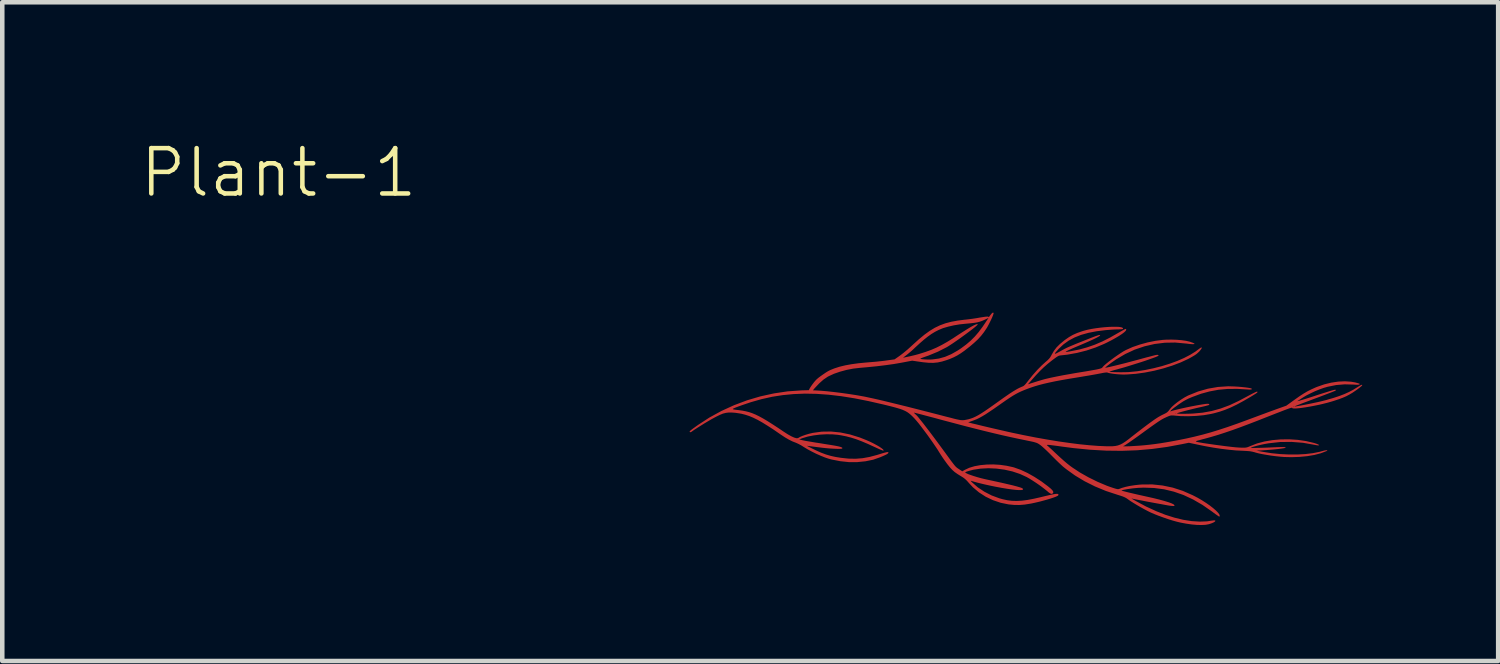
<source format=kicad_pcb>
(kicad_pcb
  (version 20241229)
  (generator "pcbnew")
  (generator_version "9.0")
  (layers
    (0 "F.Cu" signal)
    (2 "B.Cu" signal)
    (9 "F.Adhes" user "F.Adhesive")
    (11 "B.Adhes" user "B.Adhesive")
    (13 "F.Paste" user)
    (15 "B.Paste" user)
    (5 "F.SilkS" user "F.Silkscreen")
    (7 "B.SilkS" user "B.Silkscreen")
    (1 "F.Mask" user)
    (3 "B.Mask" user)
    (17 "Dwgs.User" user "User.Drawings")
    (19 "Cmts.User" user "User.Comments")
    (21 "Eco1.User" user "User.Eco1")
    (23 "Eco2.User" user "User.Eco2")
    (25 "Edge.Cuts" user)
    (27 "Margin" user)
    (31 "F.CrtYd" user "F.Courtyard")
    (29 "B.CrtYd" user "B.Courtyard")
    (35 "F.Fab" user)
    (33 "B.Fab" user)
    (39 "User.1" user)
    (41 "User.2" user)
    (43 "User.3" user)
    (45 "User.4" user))
  (footprint "Plant-1"
    (layer "F.Cu")
    (at 19.862 6.095)
    (property "Reference" "Plant-1" (at -16.764 -5.334 0) (unlocked yes) (layer "F.SilkS") (effects (font (size 1 1) (thickness 0.1))))
    (attr smd)
    (fp_poly (pts (xy 7.144 -0.646) (xy 7.144 -0.645) (xy 7.132 -0.629) (xy 7.099 -0.601) (xy 7.045 -0.56) (xy 6.998 -0.526) (xy 6.927 -0.478) (xy 6.859 -0.438) (xy 6.791 -0.402) (xy 6.717 -0.37) (xy 6.632 -0.338) (xy 6.53 -0.304) (xy 6.471 -0.286) (xy 6.388 -0.262) (xy 6.298 -0.239) (xy 6.202 -0.216) (xy 6.104 -0.196) (xy 6.006 -0.177) (xy 5.913 -0.161) (xy 5.827 -0.148) (xy 5.75 -0.138) (xy 5.686 -0.133) (xy 5.638 -0.132) (xy 5.609 -0.136) (xy 5.601 -0.142) (xy 5.599 -0.145) (xy 5.596 -0.148) (xy 5.59 -0.149) (xy 5.579 -0.148) (xy 5.562 -0.143) (xy 5.537 -0.135) (xy 5.503 -0.123) (xy 5.457 -0.106) (xy 5.398 -0.084) (xy 5.325 -0.055) (xy 5.236 -0.021) (xy 5.129 0.021) (xy 5.002 0.071) (xy 4.855 0.129) (xy 4.851 0.131) (xy 4.643 0.211) (xy 4.454 0.282) (xy 4.28 0.345) (xy 4.118 0.4) (xy 3.965 0.45) (xy 3.816 0.494) (xy 3.669 0.535) (xy 3.621 0.547) (xy 3.556 0.565) (xy 3.511 0.577) (xy 3.485 0.585) (xy 3.474 0.592) (xy 3.476 0.597) (xy 3.487 0.601) (xy 3.493 0.603) (xy 3.524 0.611) (xy 3.575 0.62) (xy 3.643 0.632) (xy 3.725 0.644) (xy 3.816 0.657) (xy 3.913 0.671) (xy 4.012 0.684) (xy 4.109 0.697) (xy 4.202 0.708) (xy 4.285 0.718) (xy 4.356 0.725) (xy 4.411 0.729) (xy 4.427 0.73) (xy 4.494 0.733) (xy 4.543 0.733) (xy 4.58 0.73) (xy 4.611 0.723) (xy 4.643 0.711) (xy 4.677 0.696) (xy 4.824 0.639) (xy 4.987 0.596) (xy 5.163 0.566) (xy 5.347 0.55) (xy 5.535 0.548) (xy 5.722 0.56) (xy 5.906 0.587) (xy 6.08 0.628) (xy 6.138 0.647) (xy 6.176 0.663) (xy 6.193 0.675) (xy 6.189 0.681) (xy 6.164 0.682) (xy 6.116 0.675) (xy 6.093 0.67) (xy 5.838 0.625) (xy 5.583 0.605) (xy 5.33 0.608) (xy 5.08 0.636) (xy 4.977 0.654) (xy 4.912 0.668) (xy 4.848 0.683) (xy 4.789 0.699) (xy 4.739 0.713) (xy 4.703 0.725) (xy 4.686 0.733) (xy 4.685 0.735) (xy 4.697 0.737) (xy 4.73 0.738) (xy 4.781 0.738) (xy 4.849 0.737) (xy 4.93 0.735) (xy 5.021 0.732) (xy 5.12 0.728) (xy 5.188 0.725) (xy 5.284 0.721) (xy 5.357 0.719) (xy 5.408 0.719) (xy 5.441 0.722) (xy 5.455 0.727) (xy 5.452 0.734) (xy 5.451 0.735) (xy 5.433 0.741) (xy 5.394 0.748) (xy 5.338 0.756) (xy 5.27 0.764) (xy 5.192 0.772) (xy 5.109 0.779) (xy 5.025 0.786) (xy 4.943 0.791) (xy 4.921 0.793) (xy 4.811 0.798) (xy 4.957 0.825) (xy 5.146 0.855) (xy 5.338 0.874) (xy 5.529 0.883) (xy 5.716 0.883) (xy 5.894 0.873) (xy 6.06 0.853) (xy 6.209 0.823) (xy 6.268 0.806) (xy 6.312 0.795) (xy 6.346 0.79) (xy 6.369 0.789) (xy 6.376 0.794) (xy 6.364 0.804) (xy 6.353 0.809) (xy 6.23 0.856) (xy 6.088 0.893) (xy 5.93 0.92) (xy 5.76 0.936) (xy 5.582 0.942) (xy 5.421 0.938) (xy 5.333 0.931) (xy 5.237 0.921) (xy 5.136 0.908) (xy 5.037 0.892) (xy 4.944 0.876) (xy 4.862 0.859) (xy 4.797 0.842) (xy 4.775 0.835) (xy 4.725 0.822) (xy 4.665 0.811) (xy 4.588 0.805) (xy 4.492 0.8) (xy 4.49 0.8) (xy 4.353 0.793) (xy 4.199 0.778) (xy 4.033 0.758) (xy 3.861 0.732) (xy 3.688 0.701) (xy 3.555 0.674) (xy 3.319 0.624) (xy 3.172 0.654) (xy 2.839 0.716) (xy 2.507 0.761) (xy 2.174 0.79) (xy 1.838 0.802) (xy 1.494 0.798) (xy 1.141 0.778) (xy 0.774 0.742) (xy 0.513 0.708) (xy 0.41 0.693) (xy 0.329 0.683) (xy 0.268 0.675) (xy 0.225 0.671) (xy 0.199 0.671) (xy 0.187 0.673) (xy 0.187 0.678) (xy 0.191 0.682) (xy 0.211 0.699) (xy 0.244 0.729) (xy 0.288 0.769) (xy 0.337 0.815) (xy 0.362 0.839) (xy 0.463 0.933) (xy 0.551 1.012) (xy 0.629 1.079) (xy 0.702 1.136) (xy 0.741 1.165) (xy 0.915 1.28) (xy 1.107 1.388) (xy 1.308 1.487) (xy 1.512 1.573) (xy 1.567 1.593) (xy 1.64 1.618) (xy 1.694 1.635) (xy 1.732 1.645) (xy 1.758 1.648) (xy 1.777 1.645) (xy 1.781 1.643) (xy 1.843 1.62) (xy 1.924 1.597) (xy 2.018 1.577) (xy 2.119 1.561) (xy 2.223 1.549) (xy 2.282 1.545) (xy 2.512 1.543) (xy 2.739 1.567) (xy 2.964 1.614) (xy 3.186 1.686) (xy 3.405 1.782) (xy 3.517 1.84) (xy 3.611 1.895) (xy 3.701 1.953) (xy 3.783 2.01) (xy 3.856 2.067) (xy 3.916 2.119) (xy 3.962 2.166) (xy 3.991 2.205) (xy 3.999 2.227) (xy 3.998 2.248) (xy 3.99 2.254) (xy 3.976 2.247) (xy 3.946 2.226) (xy 3.904 2.197) (xy 3.854 2.16) (xy 3.829 2.141) (xy 3.62 1.996) (xy 3.411 1.875) (xy 3.201 1.777) (xy 2.988 1.703) (xy 2.772 1.651) (xy 2.551 1.622) (xy 2.323 1.614) (xy 2.203 1.619) (xy 2.146 1.624) (xy 2.083 1.63) (xy 2.018 1.639) (xy 1.957 1.648) (xy 1.903 1.658) (xy 1.862 1.666) (xy 1.837 1.674) (xy 1.832 1.677) (xy 1.844 1.682) (xy 1.876 1.692) (xy 1.929 1.706) (xy 1.998 1.723) (xy 2.083 1.743) (xy 2.181 1.766) (xy 2.289 1.79) (xy 2.396 1.814) (xy 2.544 1.847) (xy 2.672 1.879) (xy 2.781 1.909) (xy 2.869 1.936) (xy 2.935 1.96) (xy 2.98 1.982) (xy 3.001 2.001) (xy 3 2.016) (xy 2.997 2.018) (xy 2.981 2.02) (xy 2.946 2.018) (xy 2.899 2.013) (xy 2.873 2.009) (xy 2.817 1.999) (xy 2.742 1.985) (xy 2.654 1.969) (xy 2.559 1.952) (xy 2.462 1.934) (xy 2.367 1.916) (xy 2.28 1.899) (xy 2.206 1.885) (xy 2.15 1.874) (xy 2.145 1.873) (xy 2.05 1.853) (xy 2.145 1.908) (xy 2.371 2.029) (xy 2.604 2.136) (xy 2.8 2.213) (xy 3.002 2.277) (xy 3.197 2.324) (xy 3.383 2.353) (xy 3.557 2.364) (xy 3.719 2.358) (xy 3.816 2.343) (xy 3.866 2.337) (xy 3.896 2.338) (xy 3.905 2.347) (xy 3.896 2.361) (xy 3.87 2.379) (xy 3.828 2.398) (xy 3.771 2.418) (xy 3.76 2.421) (xy 3.691 2.434) (xy 3.602 2.439) (xy 3.499 2.437) (xy 3.386 2.427) (xy 3.266 2.41) (xy 3.143 2.387) (xy 3.061 2.368) (xy 2.97 2.343) (xy 2.867 2.311) (xy 2.759 2.274) (xy 2.652 2.235) (xy 2.556 2.197) (xy 2.479 2.164) (xy 2.412 2.131) (xy 2.335 2.09) (xy 2.255 2.046) (xy 2.174 1.999) (xy 2.1 1.954) (xy 2.036 1.914) (xy 1.987 1.88) (xy 1.978 1.873) (xy 1.945 1.85) (xy 1.91 1.83) (xy 1.868 1.812) (xy 1.813 1.793) (xy 1.742 1.771) (xy 1.49 1.688) (xy 1.248 1.588) (xy 1.02 1.474) (xy 0.807 1.346) (xy 0.612 1.206) (xy 0.539 1.147) (xy 0.503 1.114) (xy 0.454 1.068) (xy 0.398 1.014) (xy 0.339 0.955) (xy 0.289 0.905) (xy 0.232 0.847) (xy 0.174 0.791) (xy 0.12 0.741) (xy 0.075 0.701) (xy 0.045 0.677) (xy 0.018 0.658) (xy -0.007 0.642) (xy -0.034 0.629) (xy -0.066 0.618) (xy -0.108 0.606) (xy -0.163 0.594) (xy -0.237 0.579) (xy -0.279 0.57) (xy -0.445 0.536) (xy -0.616 0.499) (xy -0.795 0.459) (xy -0.982 0.415) (xy -1.18 0.367) (xy -1.392 0.314) (xy -1.62 0.256) (xy -1.865 0.191) (xy -2.13 0.121) (xy -2.31 0.072) (xy -2.409 0.046) (xy -2.5 0.022) (xy -2.581 0.000346) (xy -2.648 -0.017) (xy -2.701 -0.03) (xy -2.735 -0.038) (xy -2.748 -0.041) (xy -2.748 -0.041) (xy -2.74 -0.03) (xy -2.719 -0.009) (xy -2.698 0.01) (xy -2.675 0.033) (xy -2.64 0.074) (xy -2.594 0.132) (xy -2.537 0.203) (xy -2.472 0.288) (xy -2.399 0.383) (xy -2.321 0.487) (xy -2.238 0.598) (xy -2.152 0.715) (xy -2.064 0.835) (xy -2.008 0.912) (xy -1.953 0.988) (xy -1.91 1.046) (xy -1.876 1.09) (xy -1.85 1.123) (xy -1.828 1.148) (xy -1.809 1.166) (xy -1.789 1.182) (xy -1.767 1.197) (xy -1.756 1.204) (xy -1.68 1.254) (xy -1.626 1.223) (xy -1.528 1.177) (xy -1.412 1.142) (xy -1.282 1.118) (xy -1.142 1.105) (xy -0.996 1.102) (xy -0.847 1.111) (xy -0.7 1.132) (xy -0.559 1.163) (xy -0.532 1.171) (xy -0.392 1.221) (xy -0.243 1.29) (xy -0.09 1.376) (xy 0.065 1.476) (xy 0.212 1.586) (xy 0.27 1.634) (xy 0.307 1.671) (xy 0.326 1.701) (xy 0.328 1.723) (xy 0.324 1.731) (xy 0.307 1.749) (xy 0.286 1.753) (xy 0.259 1.742) (xy 0.221 1.715) (xy 0.196 1.693) (xy 0.131 1.641) (xy 0.052 1.581) (xy -0.035 1.52) (xy -0.123 1.462) (xy -0.205 1.411) (xy -0.258 1.381) (xy -0.409 1.312) (xy -0.574 1.257) (xy -0.747 1.218) (xy -0.926 1.194) (xy -1.103 1.186) (xy -1.276 1.195) (xy -1.44 1.22) (xy -1.52 1.241) (xy -1.563 1.254) (xy -1.596 1.265) (xy -1.613 1.272) (xy -1.614 1.273) (xy -1.612 1.283) (xy -1.59 1.297) (xy -1.55 1.316) (xy -1.495 1.336) (xy -1.43 1.358) (xy -1.356 1.381) (xy -1.277 1.403) (xy -1.196 1.423) (xy -1.151 1.433) (xy -0.971 1.472) (xy -0.815 1.506) (xy -0.682 1.537) (xy -0.571 1.563) (xy -0.483 1.586) (xy -0.417 1.605) (xy -0.373 1.62) (xy -0.349 1.632) (xy -0.346 1.635) (xy -0.339 1.652) (xy -0.35 1.663) (xy -0.381 1.668) (xy -0.433 1.668) (xy -0.488 1.665) (xy -0.581 1.655) (xy -0.692 1.639) (xy -0.814 1.619) (xy -0.943 1.595) (xy -1.074 1.568) (xy -1.2 1.54) (xy -1.315 1.512) (xy -1.416 1.485) (xy -1.469 1.469) (xy -1.489 1.463) (xy -1.494 1.465) (xy -1.482 1.479) (xy -1.465 1.497) (xy -1.338 1.608) (xy -1.193 1.704) (xy -1.034 1.786) (xy -0.861 1.85) (xy -0.789 1.87) (xy -0.688 1.892) (xy -0.586 1.905) (xy -0.48 1.908) (xy -0.366 1.902) (xy -0.241 1.886) (xy -0.1 1.859) (xy 0.059 1.823) (xy 0.065 1.821) (xy 0.173 1.795) (xy 0.26 1.775) (xy 0.327 1.761) (xy 0.376 1.753) (xy 0.411 1.751) (xy 0.431 1.754) (xy 0.441 1.762) (xy 0.441 1.776) (xy 0.438 1.784) (xy 0.423 1.796) (xy 0.387 1.813) (xy 0.335 1.833) (xy 0.268 1.855) (xy 0.192 1.878) (xy 0.109 1.901) (xy 0.023 1.924) (xy -0.063 1.944) (xy -0.145 1.962) (xy -0.178 1.968) (xy -0.305 1.988) (xy -0.42 1.997) (xy -0.532 1.996) (xy -0.649 1.985) (xy -0.659 1.984) (xy -0.834 1.948) (xy -1.003 1.891) (xy -1.164 1.814) (xy -1.312 1.719) (xy -1.445 1.607) (xy -1.535 1.511) (xy -1.579 1.461) (xy -1.617 1.425) (xy -1.657 1.394) (xy -1.705 1.364) (xy -1.783 1.316) (xy -1.847 1.271) (xy -1.901 1.223) (xy -1.953 1.167) (xy -2.01 1.096) (xy -2.024 1.077) (xy -2.069 1.015) (xy -2.116 0.947) (xy -2.159 0.882) (xy -2.189 0.834) (xy -2.226 0.774) (xy -2.275 0.701) (xy -2.331 0.619) (xy -2.392 0.532) (xy -2.456 0.443) (xy -2.521 0.356) (xy -2.582 0.275) (xy -2.638 0.202) (xy -2.687 0.143) (xy -2.725 0.1) (xy -2.728 0.096) (xy -2.774 0.048) (xy -2.816 0.008) (xy -2.856 -0.025) (xy -2.897 -0.054) (xy -2.943 -0.079) (xy -2.997 -0.103) (xy -3.06 -0.125) (xy -3.137 -0.148) (xy -3.23 -0.173) (xy -3.342 -0.201) (xy -3.416 -0.219) (xy -3.744 -0.294) (xy -4.055 -0.356) (xy -4.349 -0.403) (xy -4.629 -0.436) (xy -4.896 -0.455) (xy -5.153 -0.46) (xy -5.4 -0.45) (xy -5.641 -0.427) (xy -5.877 -0.39) (xy -6.11 -0.338) (xy -6.342 -0.272) (xy -6.535 -0.207) (xy -6.618 -0.177) (xy -6.68 -0.154) (xy -6.72 -0.137) (xy -6.741 -0.125) (xy -6.743 -0.117) (xy -6.726 -0.111) (xy -6.692 -0.105) (xy -6.642 -0.099) (xy -6.613 -0.096) (xy -6.535 -0.085) (xy -6.461 -0.071) (xy -6.389 -0.053) (xy -6.317 -0.029) (xy -6.242 0.002) (xy -6.162 0.041) (xy -6.074 0.089) (xy -5.976 0.147) (xy -5.866 0.217) (xy -5.74 0.299) (xy -5.629 0.374) (xy -5.535 0.435) (xy -5.455 0.48) (xy -5.389 0.51) (xy -5.34 0.524) (xy -5.306 0.522) (xy -5.3 0.519) (xy -5.263 0.497) (xy -5.207 0.473) (xy -5.139 0.449) (xy -5.065 0.427) (xy -4.991 0.409) (xy -4.978 0.406) (xy -4.781 0.379) (xy -4.578 0.376) (xy -4.37 0.397) (xy -4.158 0.441) (xy -3.942 0.508) (xy -3.798 0.565) (xy -3.714 0.602) (xy -3.635 0.641) (xy -3.565 0.679) (xy -3.505 0.714) (xy -3.459 0.746) (xy -3.428 0.771) (xy -3.416 0.79) (xy -3.419 0.798) (xy -3.432 0.796) (xy -3.464 0.784) (xy -3.511 0.765) (xy -3.568 0.739) (xy -3.625 0.713) (xy -3.772 0.646) (xy -3.903 0.591) (xy -4.021 0.546) (xy -4.132 0.511) (xy -4.24 0.483) (xy -4.349 0.461) (xy -4.425 0.449) (xy -4.55 0.438) (xy -4.685 0.437) (xy -4.824 0.445) (xy -4.961 0.462) (xy -5.088 0.487) (xy -5.2 0.52) (xy -5.216 0.526) (xy -5.279 0.549) (xy -5.216 0.566) (xy -5.185 0.573) (xy -5.135 0.583) (xy -5.069 0.594) (xy -4.993 0.607) (xy -4.911 0.621) (xy -4.875 0.626) (xy -4.786 0.64) (xy -4.696 0.655) (xy -4.612 0.668) (xy -4.539 0.68) (xy -4.482 0.69) (xy -4.47 0.692) (xy -4.398 0.707) (xy -4.351 0.721) (xy -4.327 0.735) (xy -4.327 0.748) (xy -4.331 0.752) (xy -4.351 0.757) (xy -4.393 0.759) (xy -4.451 0.758) (xy -4.523 0.755) (xy -4.606 0.75) (xy -4.696 0.742) (xy -4.789 0.732) (xy -4.86 0.723) (xy -5.111 0.691) (xy -5.039 0.728) (xy -4.911 0.791) (xy -4.797 0.842) (xy -4.69 0.882) (xy -4.585 0.913) (xy -4.477 0.937) (xy -4.359 0.956) (xy -4.191 0.974) (xy -4.034 0.977) (xy -3.881 0.965) (xy -3.726 0.937) (xy -3.56 0.893) (xy -3.534 0.885) (xy -3.454 0.86) (xy -3.394 0.843) (xy -3.353 0.833) (xy -3.326 0.83) (xy -3.313 0.832) (xy -3.309 0.838) (xy -3.313 0.851) (xy -3.328 0.866) (xy -3.357 0.884) (xy -3.404 0.906) (xy -3.47 0.935) (xy -3.489 0.943) (xy -3.646 0.998) (xy -3.817 1.033) (xy -3.997 1.051) (xy -4.184 1.051) (xy -4.373 1.031) (xy -4.562 0.994) (xy -4.629 0.976) (xy -4.709 0.949) (xy -4.803 0.911) (xy -4.903 0.867) (xy -5.003 0.817) (xy -5.096 0.767) (xy -5.175 0.719) (xy -5.183 0.714) (xy -5.235 0.681) (xy -5.29 0.652) (xy -5.337 0.63) (xy -5.349 0.625) (xy -5.428 0.594) (xy -5.506 0.555) (xy -5.589 0.507) (xy -5.683 0.445) (xy -5.702 0.432) (xy -5.847 0.332) (xy -5.977 0.248) (xy -6.092 0.177) (xy -6.197 0.118) (xy -6.293 0.071) (xy -6.384 0.033) (xy -6.471 0.005) (xy -6.557 -0.017) (xy -6.645 -0.031) (xy -6.688 -0.037) (xy -6.768 -0.043) (xy -6.836 -0.043) (xy -6.898 -0.035) (xy -6.961 -0.019) (xy -7.029 0.009) (xy -7.108 0.048) (xy -7.148 0.069) (xy -7.214 0.105) (xy -7.289 0.149) (xy -7.37 0.197) (xy -7.45 0.247) (xy -7.526 0.295) (xy -7.593 0.338) (xy -7.644 0.374) (xy -7.658 0.384) (xy -7.682 0.393) (xy -7.694 0.386) (xy -7.696 0.379) (xy -7.693 0.371) (xy -7.681 0.358) (xy -7.659 0.339) (xy -7.623 0.312) (xy -7.572 0.275) (xy -7.509 0.23) (xy -7.26 0.068) (xy -6.995 -0.077) (xy -6.717 -0.204) (xy -6.43 -0.312) (xy -6.136 -0.399) (xy -5.836 -0.465) (xy -5.535 -0.51) (xy -5.235 -0.531) (xy -5.221 -0.532) (xy -5.066 -0.536) (xy -5.044 -0.58) (xy -5.025 -0.61) (xy -4.997 -0.651) (xy -4.963 -0.696) (xy -4.955 -0.707) (xy -4.923 -0.745) (xy -4.892 -0.777) (xy -4.857 -0.807) (xy -4.812 -0.841) (xy -4.757 -0.88) (xy -4.694 -0.923) (xy -4.642 -0.955) (xy -4.593 -0.98) (xy -4.539 -1.002) (xy -4.501 -1.017) (xy -4.386 -1.054) (xy -4.262 -1.084) (xy -4.125 -1.109) (xy -3.971 -1.13) (xy -3.827 -1.144) (xy -3.723 -1.153) (xy -3.638 -1.16) (xy -3.568 -1.166) (xy -3.507 -1.173) (xy -3.45 -1.179) (xy -3.392 -1.186) (xy -3.328 -1.195) (xy -3.299 -1.199) (xy -3.174 -1.216) (xy -3.059 -1.296) (xy -2.978 -1.358) (xy -2.883 -1.437) (xy -2.776 -1.534) (xy -2.771 -1.539) (xy -2.639 -1.658) (xy -2.517 -1.759) (xy -2.487 -1.781) (xy -2.44 -1.719) (xy -2.527 -1.65) (xy -2.622 -1.567) (xy -2.73 -1.468) (xy -2.746 -1.452) (xy -2.795 -1.407) (xy -2.852 -1.359) (xy -2.903 -1.317) (xy -2.906 -1.315) (xy -2.988 -1.252) (xy -2.866 -1.277) (xy -2.796 -1.293) (xy -2.717 -1.312) (xy -2.644 -1.332) (xy -2.627 -1.337) (xy -2.491 -1.38) (xy -2.366 -1.425) (xy -2.248 -1.476) (xy -2.131 -1.535) (xy -2.009 -1.604) (xy -1.878 -1.685) (xy -1.806 -1.733) (xy -1.681 -1.814) (xy -1.576 -1.88) (xy -1.49 -1.932) (xy -1.423 -1.968) (xy -1.375 -1.989) (xy -1.347 -1.994) (xy -1.338 -1.989) (xy -1.346 -1.977) (xy -1.371 -1.953) (xy -1.411 -1.919) (xy -1.463 -1.878) (xy -1.525 -1.831) (xy -1.593 -1.78) (xy -1.666 -1.727) (xy -1.739 -1.674) (xy -1.812 -1.623) (xy -1.88 -1.576) (xy -1.942 -1.535) (xy -1.994 -1.502) (xy -2.022 -1.485) (xy -2.219 -1.385) (xy -2.422 -1.301) (xy -2.492 -1.277) (xy -2.54 -1.26) (xy -2.579 -1.245) (xy -2.602 -1.234) (xy -2.607 -1.231) (xy -2.597 -1.225) (xy -2.567 -1.22) (xy -2.523 -1.216) (xy -2.471 -1.213) (xy -2.415 -1.212) (xy -2.361 -1.213) (xy -2.335 -1.215) (xy -2.196 -1.234) (xy -2.06 -1.272) (xy -1.922 -1.331) (xy -1.781 -1.411) (xy -1.707 -1.46) (xy -1.595 -1.543) (xy -1.496 -1.627) (xy -1.406 -1.717) (xy -1.32 -1.817) (xy -1.233 -1.934) (xy -1.186 -2.003) (xy -1.101 -2.131) (xy -1.197 -2.085) (xy -1.246 -2.064) (xy -1.295 -2.047) (xy -1.348 -2.033) (xy -1.412 -2.022) (xy -1.489 -2.013) (xy -1.586 -2.004) (xy -1.608 -2.002) (xy -1.739 -1.988) (xy -1.87 -1.966) (xy -1.991 -1.938) (xy -2.098 -1.907) (xy -2.124 -1.897) (xy -2.205 -1.863) (xy -2.283 -1.823) (xy -2.36 -1.776) (xy -2.44 -1.719) (xy -2.487 -1.781) (xy -2.401 -1.843) (xy -2.288 -1.912) (xy -2.173 -1.967) (xy -2.054 -2.011) (xy -1.925 -2.045) (xy -1.785 -2.071) (xy -1.628 -2.091) (xy -1.603 -2.093) (xy -1.535 -2.101) (xy -1.452 -2.112) (xy -1.367 -2.125) (xy -1.288 -2.139) (xy -1.286 -2.139) (xy -1.223 -2.149) (xy -1.169 -2.157) (xy -1.129 -2.16) (xy -1.107 -2.159) (xy -1.105 -2.157) (xy -1.101 -2.148) (xy -1.096 -2.147) (xy -1.087 -2.157) (xy -1.069 -2.181) (xy -1.057 -2.197) (xy -1.027 -2.233) (xy -1.006 -2.248) (xy -0.99 -2.243) (xy -0.989 -2.241) (xy -0.99 -2.226) (xy -1.001 -2.193) (xy -1.019 -2.147) (xy -1.043 -2.094) (xy -1.071 -2.037) (xy -1.1 -1.98) (xy -1.128 -1.928) (xy -1.142 -1.905) (xy -1.201 -1.817) (xy -1.264 -1.736) (xy -1.335 -1.658) (xy -1.419 -1.58) (xy -1.519 -1.495) (xy -1.539 -1.48) (xy -1.633 -1.406) (xy -1.716 -1.348) (xy -1.794 -1.3) (xy -1.873 -1.26) (xy -1.957 -1.224) (xy -2.026 -1.199) (xy -2.128 -1.168) (xy -2.222 -1.148) (xy -2.317 -1.139) (xy -2.418 -1.14) (xy -2.533 -1.151) (xy -2.58 -1.157) (xy -2.786 -1.187) (xy -3.034 -1.14) (xy -3.191 -1.113) (xy -3.369 -1.088) (xy -3.565 -1.064) (xy -3.777 -1.043) (xy -3.935 -1.029) (xy -4.085 -1.012) (xy -4.234 -0.983) (xy -4.378 -0.944) (xy -4.511 -0.898) (xy -4.626 -0.845) (xy -4.647 -0.834) (xy -4.741 -0.771) (xy -4.837 -0.686) (xy -4.934 -0.583) (xy -4.938 -0.579) (xy -4.976 -0.533) (xy -4.925 -0.531) (xy -4.803 -0.524) (xy -4.662 -0.512) (xy -4.508 -0.495) (xy -4.346 -0.475) (xy -4.183 -0.452) (xy -4.022 -0.427) (xy -3.87 -0.4) (xy -3.828 -0.392) (xy -3.744 -0.374) (xy -3.645 -0.353) (xy -3.53 -0.327) (xy -3.399 -0.296) (xy -3.251 -0.26) (xy -3.084 -0.219) (xy -2.898 -0.173) (xy -2.693 -0.121) (xy -2.466 -0.063) (xy -2.217 0.001) (xy -2.045 0.046) (xy -1.945 0.071) (xy -1.866 0.092) (xy -1.804 0.107) (xy -1.755 0.117) (xy -1.718 0.124) (xy -1.687 0.126) (xy -1.661 0.126) (xy -1.636 0.124) (xy -1.608 0.119) (xy -1.597 0.117) (xy -1.545 0.106) (xy -1.494 0.091) (xy -1.443 0.073) (xy -1.389 0.048) (xy -1.33 0.017) (xy -1.263 -0.023) (xy -1.186 -0.073) (xy -1.097 -0.134) (xy -0.992 -0.208) (xy -0.908 -0.268) (xy -0.8 -0.345) (xy -0.709 -0.409) (xy -0.633 -0.461) (xy -0.567 -0.504) (xy -0.511 -0.538) (xy -0.461 -0.567) (xy -0.415 -0.59) (xy -0.37 -0.61) (xy -0.343 -0.621) (xy -0.321 -0.634) (xy -0.293 -0.661) (xy -0.258 -0.704) (xy -0.224 -0.747) (xy -0.128 -0.867) (xy -0.026 -0.982) (xy 0.076 -1.085) (xy 0.152 -1.154) (xy 0.199 -1.194) (xy 0.232 -1.227) (xy 0.257 -1.257) (xy 0.278 -1.292) (xy 0.292 -1.318) (xy 0.341 -1.403) (xy 0.4 -1.48) (xy 0.474 -1.554) (xy 0.566 -1.63) (xy 0.585 -1.645) (xy 0.673 -1.706) (xy 0.76 -1.756) (xy 0.855 -1.798) (xy 0.963 -1.836) (xy 1.006 -1.849) (xy 1.083 -1.869) (xy 1.17 -1.887) (xy 1.263 -1.902) (xy 1.361 -1.915) (xy 1.458 -1.925) (xy 1.552 -1.932) (xy 1.639 -1.935) (xy 1.717 -1.935) (xy 1.782 -1.932) (xy 1.83 -1.924) (xy 1.858 -1.912) (xy 1.861 -1.909) (xy 1.868 -1.896) (xy 1.864 -1.888) (xy 1.846 -1.882) (xy 1.81 -1.879) (xy 1.755 -1.877) (xy 1.737 -1.877) (xy 1.682 -1.875) (xy 1.612 -1.871) (xy 1.538 -1.865) (xy 1.483 -1.861) (xy 1.282 -1.836) (xy 1.102 -1.801) (xy 0.941 -1.756) (xy 0.797 -1.699) (xy 0.667 -1.629) (xy 0.552 -1.546) (xy 0.447 -1.448) (xy 0.384 -1.376) (xy 0.366 -1.352) (xy 0.363 -1.341) (xy 0.374 -1.34) (xy 0.402 -1.352) (xy 0.448 -1.376) (xy 0.493 -1.401) (xy 0.538 -1.426) (xy 0.583 -1.45) (xy 0.632 -1.474) (xy 0.688 -1.499) (xy 0.755 -1.527) (xy 0.834 -1.56) (xy 0.931 -1.599) (xy 1.032 -1.639) (xy 1.128 -1.677) (xy 1.203 -1.706) (xy 1.261 -1.728) (xy 1.303 -1.742) (xy 1.331 -1.751) (xy 1.349 -1.754) (xy 1.359 -1.753) (xy 1.362 -1.748) (xy 1.362 -1.747) (xy 1.353 -1.735) (xy 1.325 -1.716) (xy 1.277 -1.69) (xy 1.207 -1.656) (xy 1.117 -1.615) (xy 1.005 -1.566) (xy 0.871 -1.509) (xy 0.802 -1.48) (xy 0.738 -1.452) (xy 0.683 -1.427) (xy 0.643 -1.408) (xy 0.625 -1.399) (xy 0.607 -1.388) (xy 0.601 -1.382) (xy 0.61 -1.38) (xy 0.636 -1.383) (xy 0.683 -1.39) (xy 0.725 -1.398) (xy 0.905 -1.434) (xy 1.075 -1.481) (xy 1.242 -1.539) (xy 1.41 -1.611) (xy 1.584 -1.699) (xy 1.731 -1.783) (xy 1.791 -1.817) (xy 1.844 -1.847) (xy 1.886 -1.871) (xy 1.914 -1.885) (xy 1.924 -1.889) (xy 1.936 -1.88) (xy 1.937 -1.868) (xy 1.925 -1.845) (xy 1.893 -1.814) (xy 1.843 -1.776) (xy 1.778 -1.733) (xy 1.698 -1.686) (xy 1.608 -1.636) (xy 1.508 -1.585) (xy 1.452 -1.558) (xy 1.264 -1.479) (xy 1.061 -1.411) (xy 0.85 -1.358) (xy 0.638 -1.32) (xy 0.495 -1.304) (xy 0.472 -1.301) (xy 0.452 -1.296) (xy 0.429 -1.285) (xy 0.4 -1.267) (xy 0.36 -1.238) (xy 0.306 -1.198) (xy 0.301 -1.194) (xy 0.209 -1.121) (xy 0.122 -1.045) (xy 0.036 -0.962) (xy -0.056 -0.865) (xy -0.126 -0.786) (xy -0.232 -0.666) (xy -0.067 -0.718) (xy -0.003 -0.738) (xy 0.058 -0.756) (xy 0.109 -0.771) (xy 0.144 -0.781) (xy 0.149 -0.782) (xy 0.273 -0.811) (xy 0.404 -0.838) (xy 0.547 -0.866) (xy 0.707 -0.894) (xy 0.808 -0.912) (xy 0.942 -0.934) (xy 1.053 -0.952) (xy 1.145 -0.968) (xy 1.218 -0.981) (xy 1.276 -0.991) (xy 1.321 -1.001) (xy 1.354 -1.009) (xy 1.377 -1.016) (xy 1.394 -1.023) (xy 1.405 -1.031) (xy 1.413 -1.039) (xy 1.42 -1.049) (xy 1.421 -1.05) (xy 1.446 -1.077) (xy 1.488 -1.114) (xy 1.542 -1.158) (xy 1.606 -1.207) (xy 1.675 -1.258) (xy 1.745 -1.307) (xy 1.812 -1.352) (xy 1.873 -1.391) (xy 1.924 -1.419) (xy 1.93 -1.422) (xy 2.076 -1.487) (xy 2.238 -1.543) (xy 2.409 -1.59) (xy 2.582 -1.625) (xy 2.748 -1.646) (xy 2.816 -1.65) (xy 2.934 -1.652) (xy 3.05 -1.648) (xy 3.159 -1.639) (xy 3.257 -1.625) (xy 3.337 -1.607) (xy 3.348 -1.603) (xy 3.404 -1.583) (xy 3.436 -1.568) (xy 3.445 -1.558) (xy 3.432 -1.552) (xy 3.396 -1.551) (xy 3.338 -1.555) (xy 3.26 -1.565) (xy 3.247 -1.566) (xy 3.017 -1.587) (xy 2.789 -1.583) (xy 2.563 -1.555) (xy 2.341 -1.504) (xy 2.125 -1.431) (xy 1.916 -1.334) (xy 1.715 -1.216) (xy 1.605 -1.139) (xy 1.556 -1.102) (xy 1.516 -1.071) (xy 1.487 -1.047) (xy 1.473 -1.034) (xy 1.472 -1.033) (xy 1.483 -1.032) (xy 1.515 -1.037) (xy 1.567 -1.048) (xy 1.635 -1.064) (xy 1.719 -1.084) (xy 1.815 -1.108) (xy 1.923 -1.135) (xy 2.038 -1.166) (xy 2.16 -1.198) (xy 2.208 -1.211) (xy 2.299 -1.236) (xy 2.384 -1.259) (xy 2.459 -1.278) (xy 2.522 -1.295) (xy 2.569 -1.307) (xy 2.597 -1.313) (xy 2.601 -1.314) (xy 2.632 -1.316) (xy 2.649 -1.309) (xy 2.649 -1.298) (xy 2.644 -1.293) (xy 2.621 -1.282) (xy 2.579 -1.264) (xy 2.519 -1.242) (xy 2.444 -1.216) (xy 2.359 -1.186) (xy 2.265 -1.155) (xy 2.166 -1.124) (xy 2.064 -1.092) (xy 1.964 -1.061) (xy 1.867 -1.032) (xy 1.777 -1.007) (xy 1.735 -0.995) (xy 1.674 -0.979) (xy 1.623 -0.964) (xy 1.585 -0.953) (xy 1.566 -0.946) (xy 1.563 -0.945) (xy 1.578 -0.941) (xy 1.612 -0.938) (xy 1.661 -0.935) (xy 1.721 -0.933) (xy 1.786 -0.932) (xy 1.853 -0.932) (xy 1.917 -0.933) (xy 1.972 -0.934) (xy 1.998 -0.936) (xy 2.176 -0.953) (xy 2.358 -0.982) (xy 2.541 -1.02) (xy 2.722 -1.066) (xy 2.896 -1.12) (xy 3.061 -1.18) (xy 3.213 -1.246) (xy 3.348 -1.316) (xy 3.464 -1.388) (xy 3.495 -1.411) (xy 3.545 -1.448) (xy 3.578 -1.471) (xy 3.598 -1.48) (xy 3.604 -1.477) (xy 3.6 -1.457) (xy 3.58 -1.427) (xy 3.55 -1.391) (xy 3.511 -1.354) (xy 3.486 -1.333) (xy 3.452 -1.309) (xy 3.403 -1.28) (xy 3.347 -1.248) (xy 3.306 -1.226) (xy 3.14 -1.149) (xy 2.955 -1.079) (xy 2.758 -1.017) (xy 2.554 -0.965) (xy 2.349 -0.925) (xy 2.148 -0.897) (xy 1.958 -0.883) (xy 1.882 -0.881) (xy 1.82 -0.883) (xy 1.754 -0.887) (xy 1.687 -0.893) (xy 1.625 -0.901) (xy 1.573 -0.91) (xy 1.538 -0.919) (xy 1.525 -0.924) (xy 1.507 -0.927) (xy 1.47 -0.924) (xy 1.422 -0.917) (xy 1.386 -0.909) (xy 1.343 -0.901) (xy 1.28 -0.889) (xy 1.202 -0.875) (xy 1.111 -0.859) (xy 1.014 -0.843) (xy 0.913 -0.826) (xy 0.877 -0.82) (xy 0.687 -0.789) (xy 0.519 -0.76) (xy 0.37 -0.732) (xy 0.237 -0.704) (xy 0.119 -0.677) (xy 0.011 -0.649) (xy -0.087 -0.62) (xy -0.179 -0.589) (xy -0.253 -0.562) (xy -0.324 -0.534) (xy -0.387 -0.507) (xy -0.446 -0.479) (xy -0.504 -0.448) (xy -0.566 -0.412) (xy -0.634 -0.368) (xy -0.713 -0.315) (xy -0.805 -0.251) (xy -0.869 -0.206) (xy -0.983 -0.126) (xy -1.081 -0.06) (xy -1.164 -0.005) (xy -1.237 0.039) (xy -1.302 0.075) (xy -1.362 0.104) (xy -1.42 0.127) (xy -1.462 0.142) (xy -1.503 0.157) (xy -1.534 0.168) (xy -1.548 0.173) (xy -1.549 0.174) (xy -1.537 0.177) (xy -1.505 0.186) (xy -1.455 0.199) (xy -1.39 0.214) (xy -1.312 0.233) (xy -1.226 0.254) (xy -1.133 0.276) (xy -1.036 0.299) (xy -0.939 0.321) (xy -0.845 0.343) (xy -0.756 0.363) (xy -0.675 0.382) (xy -0.606 0.397) (xy -0.594 0.4) (xy -0.326 0.456) (xy -0.061 0.508) (xy 0.198 0.554) (xy 0.448 0.595) (xy 0.688 0.629) (xy 0.915 0.658) (xy 1.127 0.679) (xy 1.321 0.694) (xy 1.495 0.701) (xy 1.558 0.702) (xy 1.634 0.701) (xy 1.698 0.695) (xy 1.754 0.683) (xy 1.808 0.663) (xy 1.864 0.634) (xy 1.927 0.592) (xy 2.001 0.537) (xy 2.038 0.507) (xy 2.179 0.397) (xy 2.303 0.302) (xy 2.41 0.221) (xy 2.502 0.154) (xy 2.58 0.099) (xy 2.645 0.057) (xy 2.698 0.027) (xy 2.727 0.012) (xy 2.781 -0.014) (xy 2.819 -0.034) (xy 2.846 -0.053) (xy 2.869 -0.076) (xy 2.893 -0.107) (xy 2.903 -0.121) (xy 2.943 -0.167) (xy 3.001 -0.219) (xy 3.07 -0.274) (xy 3.147 -0.328) (xy 3.225 -0.377) (xy 3.3 -0.417) (xy 3.309 -0.421) (xy 3.523 -0.507) (xy 3.74 -0.569) (xy 3.961 -0.607) (xy 4.185 -0.622) (xy 4.325 -0.618) (xy 4.409 -0.613) (xy 4.489 -0.606) (xy 4.562 -0.598) (xy 4.623 -0.59) (xy 4.67 -0.582) (xy 4.698 -0.575) (xy 4.704 -0.571) (xy 4.708 -0.558) (xy 4.694 -0.551) (xy 4.661 -0.549) (xy 4.608 -0.552) (xy 4.382 -0.565) (xy 4.171 -0.563) (xy 3.971 -0.545) (xy 3.778 -0.509) (xy 3.587 -0.457) (xy 3.394 -0.386) (xy 3.38 -0.38) (xy 3.309 -0.35) (xy 3.25 -0.32) (xy 3.193 -0.288) (xy 3.131 -0.247) (xy 3.092 -0.221) (xy 3.039 -0.182) (xy 2.991 -0.147) (xy 2.954 -0.117) (xy 2.931 -0.097) (xy 2.928 -0.093) (xy 2.906 -0.065) (xy 2.943 -0.078) (xy 2.981 -0.089) (xy 3.029 -0.024) (xy 3.028 -0.016) (xy 3.037 -0.014) (xy 3.038 -0.023) (xy 3.029 -0.024) (xy 2.981 -0.089) (xy 2.995 -0.093) (xy 3.066 -0.111) (xy 3.152 -0.131) (xy 3.247 -0.152) (xy 3.347 -0.173) (xy 3.446 -0.192) (xy 3.539 -0.209) (xy 3.623 -0.223) (xy 3.691 -0.233) (xy 3.715 -0.235) (xy 3.75 -0.235) (xy 3.769 -0.228) (xy 3.769 -0.216) (xy 3.763 -0.21) (xy 3.747 -0.204) (xy 3.711 -0.194) (xy 3.661 -0.181) (xy 3.601 -0.167) (xy 3.574 -0.161) (xy 3.493 -0.143) (xy 3.41 -0.123) (xy 3.329 -0.103) (xy 3.252 -0.083) (xy 3.183 -0.065) (xy 3.126 -0.049) (xy 3.084 -0.036) (xy 3.061 -0.028) (xy 3.057 -0.025) (xy 3.068 -0.02) (xy 3.1 -0.017) (xy 3.149 -0.015) (xy 3.211 -0.015) (xy 3.284 -0.016) (xy 3.364 -0.018) (xy 3.418 -0.021) (xy 3.624 -0.04) (xy 3.822 -0.076) (xy 4.017 -0.13) (xy 4.214 -0.203) (xy 4.415 -0.297) (xy 4.485 -0.334) (xy 4.579 -0.384) (xy 4.654 -0.424) (xy 4.712 -0.455) (xy 4.755 -0.476) (xy 4.785 -0.491) (xy 4.806 -0.5) (xy 4.818 -0.503) (xy 4.823 -0.504) (xy 4.834 -0.5) (xy 4.834 -0.492) (xy 4.821 -0.478) (xy 4.791 -0.457) (xy 4.745 -0.428) (xy 4.68 -0.388) (xy 4.521 -0.296) (xy 4.376 -0.218) (xy 4.243 -0.154) (xy 4.115 -0.101) (xy 3.991 -0.059) (xy 3.867 -0.025) (xy 3.804 -0.011) (xy 3.647 0.016) (xy 3.477 0.032) (xy 3.303 0.039) (xy 3.135 0.036) (xy 3.029 0.027) (xy 2.978 0.022) (xy 2.941 0.021) (xy 2.909 0.025) (xy 2.874 0.037) (xy 2.829 0.056) (xy 2.806 0.067) (xy 2.775 0.081) (xy 2.745 0.097) (xy 2.713 0.115) (xy 2.677 0.138) (xy 2.634 0.166) (xy 2.582 0.202) (xy 2.519 0.246) (xy 2.441 0.302) (xy 2.348 0.369) (xy 2.303 0.402) (xy 2.216 0.465) (xy 2.135 0.523) (xy 2.061 0.575) (xy 1.998 0.619) (xy 1.946 0.654) (xy 1.91 0.678) (xy 1.89 0.69) (xy 1.887 0.691) (xy 1.868 0.697) (xy 1.872 0.701) (xy 1.899 0.703) (xy 1.947 0.703) (xy 2.016 0.701) (xy 2.101 0.696) (xy 2.231 0.688) (xy 2.349 0.678) (xy 2.461 0.666) (xy 2.574 0.652) (xy 2.694 0.635) (xy 2.828 0.613) (xy 2.903 0.6) (xy 3.093 0.565) (xy 3.274 0.528) (xy 3.45 0.488) (xy 3.625 0.444) (xy 3.802 0.395) (xy 3.984 0.339) (xy 4.176 0.276) (xy 4.382 0.204) (xy 4.603 0.123) (xy 4.697 0.088) (xy 4.797 0.051) (xy 4.902 0.012) (xy 5.007 -0.027) (xy 5.104 -0.063) (xy 5.19 -0.094) (xy 5.259 -0.119) (xy 5.259 -0.119) (xy 5.47 -0.194) (xy 5.554 -0.255) (xy 5.618 -0.17) (xy 5.612 -0.161) (xy 5.616 -0.159) (xy 5.629 -0.167) (xy 5.629 -0.169) (xy 5.623 -0.174) (xy 5.618 -0.17) (xy 5.554 -0.255) (xy 5.658 -0.33) (xy 5.76 -0.402) (xy 5.851 -0.461) (xy 5.936 -0.511) (xy 6.022 -0.554) (xy 6.115 -0.596) (xy 6.153 -0.611) (xy 6.305 -0.664) (xy 6.46 -0.702) (xy 6.613 -0.725) (xy 6.761 -0.732) (xy 6.898 -0.723) (xy 6.989 -0.707) (xy 7.033 -0.695) (xy 7.067 -0.685) (xy 7.085 -0.678) (xy 7.086 -0.677) (xy 7.086 -0.664) (xy 7.062 -0.657) (xy 7.016 -0.656) (xy 6.947 -0.66) (xy 6.944 -0.66) (xy 6.758 -0.665) (xy 6.568 -0.649) (xy 6.38 -0.611) (xy 6.296 -0.587) (xy 6.204 -0.554) (xy 6.105 -0.514) (xy 6.007 -0.468) (xy 5.916 -0.422) (xy 5.843 -0.379) (xy 5.797 -0.349) (xy 5.753 -0.32) (xy 5.719 -0.299) (xy 5.714 -0.296) (xy 5.715 -0.294) (xy 5.736 -0.298) (xy 5.776 -0.309) (xy 5.832 -0.326) (xy 5.902 -0.347) (xy 5.984 -0.373) (xy 6.04 -0.391) (xy 6.164 -0.432) (xy 6.267 -0.465) (xy 6.351 -0.491) (xy 6.417 -0.512) (xy 6.468 -0.527) (xy 6.506 -0.538) (xy 6.532 -0.544) (xy 6.548 -0.546) (xy 6.557 -0.545) (xy 6.56 -0.543) (xy 6.559 -0.529) (xy 6.558 -0.527) (xy 6.542 -0.52) (xy 6.505 -0.505) (xy 6.445 -0.481) (xy 6.365 -0.451) (xy 6.264 -0.412) (xy 6.144 -0.367) (xy 6.004 -0.315) (xy 5.922 -0.284) (xy 5.846 -0.256) (xy 5.779 -0.23) (xy 5.722 -0.208) (xy 5.679 -0.191) (xy 5.655 -0.181) (xy 5.65 -0.179) (xy 5.655 -0.177) (xy 5.682 -0.179) (xy 5.725 -0.186) (xy 5.783 -0.196) (xy 5.851 -0.209) (xy 5.927 -0.224) (xy 6.007 -0.24) (xy 6.088 -0.257) (xy 6.167 -0.274) (xy 6.24 -0.291) (xy 6.304 -0.307) (xy 6.357 -0.32) (xy 6.361 -0.322) (xy 6.51 -0.365) (xy 6.638 -0.407) (xy 6.75 -0.45) (xy 6.85 -0.495) (xy 6.942 -0.543) (xy 7.01 -0.585) (xy 7.067 -0.62) (xy 7.105 -0.643) (xy 7.13 -0.654) (xy 7.142 -0.655)) (stroke (width 0) (type solid)) (fill yes) (layer "F.Cu"))
    (fp_poly (pts (xy 7.144 -0.646) (xy 7.144 -0.645) (xy 7.132 -0.629) (xy 7.099 -0.601) (xy 7.045 -0.56) (xy 6.998 -0.526) (xy 6.927 -0.478) (xy 6.859 -0.438) (xy 6.791 -0.402) (xy 6.717 -0.37) (xy 6.632 -0.338) (xy 6.53 -0.304) (xy 6.471 -0.286) (xy 6.388 -0.262) (xy 6.298 -0.239) (xy 6.202 -0.216) (xy 6.104 -0.196) (xy 6.006 -0.177) (xy 5.913 -0.161) (xy 5.827 -0.148) (xy 5.75 -0.138) (xy 5.686 -0.133) (xy 5.638 -0.132) (xy 5.609 -0.136) (xy 5.601 -0.142) (xy 5.599 -0.145) (xy 5.596 -0.148) (xy 5.59 -0.149) (xy 5.579 -0.148) (xy 5.562 -0.143) (xy 5.537 -0.135) (xy 5.503 -0.123) (xy 5.457 -0.106) (xy 5.398 -0.084) (xy 5.325 -0.055) (xy 5.236 -0.021) (xy 5.129 0.021) (xy 5.002 0.071) (xy 4.855 0.129) (xy 4.851 0.131) (xy 4.643 0.211) (xy 4.454 0.282) (xy 4.28 0.345) (xy 4.118 0.4) (xy 3.965 0.45) (xy 3.816 0.494) (xy 3.669 0.535) (xy 3.621 0.547) (xy 3.556 0.565) (xy 3.511 0.577) (xy 3.485 0.585) (xy 3.474 0.592) (xy 3.476 0.597) (xy 3.487 0.601) (xy 3.493 0.603) (xy 3.524 0.611) (xy 3.575 0.62) (xy 3.643 0.632) (xy 3.725 0.644) (xy 3.816 0.657) (xy 3.913 0.671) (xy 4.012 0.684) (xy 4.109 0.697) (xy 4.202 0.708) (xy 4.285 0.718) (xy 4.356 0.725) (xy 4.411 0.729) (xy 4.427 0.73) (xy 4.494 0.733) (xy 4.543 0.733) (xy 4.58 0.73) (xy 4.611 0.723) (xy 4.643 0.711) (xy 4.677 0.696) (xy 4.824 0.639) (xy 4.987 0.596) (xy 5.163 0.566) (xy 5.347 0.55) (xy 5.535 0.548) (xy 5.722 0.56) (xy 5.906 0.587) (xy 6.08 0.628) (xy 6.138 0.647) (xy 6.176 0.663) (xy 6.193 0.675) (xy 6.189 0.681) (xy 6.164 0.682) (xy 6.116 0.675) (xy 6.093 0.67) (xy 5.838 0.625) (xy 5.583 0.605) (xy 5.33 0.608) (xy 5.08 0.636) (xy 4.977 0.654) (xy 4.912 0.668) (xy 4.848 0.683) (xy 4.789 0.699) (xy 4.739 0.713) (xy 4.703 0.725) (xy 4.686 0.733) (xy 4.685 0.735) (xy 4.697 0.737) (xy 4.73 0.738) (xy 4.781 0.738) (xy 4.849 0.737) (xy 4.93 0.735) (xy 5.021 0.732) (xy 5.12 0.728) (xy 5.188 0.725) (xy 5.284 0.721) (xy 5.357 0.719) (xy 5.408 0.719) (xy 5.441 0.722) (xy 5.455 0.727) (xy 5.452 0.734) (xy 5.451 0.735) (xy 5.433 0.741) (xy 5.394 0.748) (xy 5.338 0.756) (xy 5.27 0.764) (xy 5.192 0.772) (xy 5.109 0.779) (xy 5.025 0.786) (xy 4.943 0.791) (xy 4.921 0.793) (xy 4.811 0.798) (xy 4.957 0.825) (xy 5.146 0.855) (xy 5.338 0.874) (xy 5.529 0.883) (xy 5.716 0.883) (xy 5.894 0.873) (xy 6.06 0.853) (xy 6.209 0.823) (xy 6.268 0.806) (xy 6.312 0.795) (xy 6.346 0.79) (xy 6.369 0.789) (xy 6.376 0.794) (xy 6.364 0.804) (xy 6.353 0.809) (xy 6.23 0.856) (xy 6.088 0.893) (xy 5.93 0.92) (xy 5.76 0.936) (xy 5.582 0.942) (xy 5.421 0.938) (xy 5.333 0.931) (xy 5.237 0.921) (xy 5.136 0.908) (xy 5.037 0.892) (xy 4.944 0.876) (xy 4.862 0.859) (xy 4.797 0.842) (xy 4.775 0.835) (xy 4.725 0.822) (xy 4.665 0.811) (xy 4.588 0.805) (xy 4.492 0.8) (xy 4.49 0.8) (xy 4.353 0.793) (xy 4.199 0.778) (xy 4.033 0.758) (xy 3.861 0.732) (xy 3.688 0.701) (xy 3.555 0.674) (xy 3.319 0.624) (xy 3.172 0.654) (xy 2.839 0.716) (xy 2.507 0.761) (xy 2.174 0.79) (xy 1.838 0.802) (xy 1.494 0.798) (xy 1.141 0.778) (xy 0.774 0.742) (xy 0.513 0.708) (xy 0.41 0.693) (xy 0.329 0.683) (xy 0.268 0.675) (xy 0.225 0.671) (xy 0.199 0.671) (xy 0.187 0.673) (xy 0.187 0.678) (xy 0.191 0.682) (xy 0.211 0.699) (xy 0.244 0.729) (xy 0.288 0.769) (xy 0.337 0.815) (xy 0.362 0.839) (xy 0.463 0.933) (xy 0.551 1.012) (xy 0.629 1.079) (xy 0.702 1.136) (xy 0.741 1.165) (xy 0.915 1.28) (xy 1.107 1.388) (xy 1.308 1.487) (xy 1.512 1.573) (xy 1.567 1.593) (xy 1.64 1.618) (xy 1.694 1.635) (xy 1.732 1.645) (xy 1.758 1.648) (xy 1.777 1.645) (xy 1.781 1.643) (xy 1.843 1.62) (xy 1.924 1.597) (xy 2.018 1.577) (xy 2.119 1.561) (xy 2.223 1.549) (xy 2.282 1.545) (xy 2.512 1.543) (xy 2.739 1.567) (xy 2.964 1.614) (xy 3.186 1.686) (xy 3.405 1.782) (xy 3.517 1.84) (xy 3.611 1.895) (xy 3.701 1.953) (xy 3.783 2.01) (xy 3.856 2.067) (xy 3.916 2.119) (xy 3.962 2.166) (xy 3.991 2.205) (xy 3.999 2.227) (xy 3.998 2.248) (xy 3.99 2.254) (xy 3.976 2.247) (xy 3.946 2.226) (xy 3.904 2.197) (xy 3.854 2.16) (xy 3.829 2.141) (xy 3.62 1.996) (xy 3.411 1.875) (xy 3.201 1.777) (xy 2.988 1.703) (xy 2.772 1.651) (xy 2.551 1.622) (xy 2.323 1.614) (xy 2.203 1.619) (xy 2.146 1.624) (xy 2.083 1.63) (xy 2.018 1.639) (xy 1.957 1.648) (xy 1.903 1.658) (xy 1.862 1.666) (xy 1.837 1.674) (xy 1.832 1.677) (xy 1.844 1.682) (xy 1.876 1.692) (xy 1.929 1.706) (xy 1.998 1.723) (xy 2.083 1.743) (xy 2.181 1.766) (xy 2.289 1.79) (xy 2.396 1.814) (xy 2.544 1.847) (xy 2.672 1.879) (xy 2.781 1.909) (xy 2.869 1.936) (xy 2.935 1.96) (xy 2.98 1.982) (xy 3.001 2.001) (xy 3 2.016) (xy 2.997 2.018) (xy 2.981 2.02) (xy 2.946 2.018) (xy 2.899 2.013) (xy 2.873 2.009) (xy 2.817 1.999) (xy 2.742 1.985) (xy 2.654 1.969) (xy 2.559 1.952) (xy 2.462 1.934) (xy 2.367 1.916) (xy 2.28 1.899) (xy 2.206 1.885) (xy 2.15 1.874) (xy 2.145 1.873) (xy 2.05 1.853) (xy 2.145 1.908) (xy 2.371 2.029) (xy 2.604 2.136) (xy 2.8 2.213) (xy 3.002 2.277) (xy 3.197 2.324) (xy 3.383 2.353) (xy 3.557 2.364) (xy 3.719 2.358) (xy 3.816 2.343) (xy 3.866 2.337) (xy 3.896 2.338) (xy 3.905 2.347) (xy 3.896 2.361) (xy 3.87 2.379) (xy 3.828 2.398) (xy 3.771 2.418) (xy 3.76 2.421) (xy 3.691 2.434) (xy 3.602 2.439) (xy 3.499 2.437) (xy 3.386 2.427) (xy 3.266 2.41) (xy 3.143 2.387) (xy 3.061 2.368) (xy 2.97 2.343) (xy 2.867 2.311) (xy 2.759 2.274) (xy 2.652 2.235) (xy 2.556 2.197) (xy 2.479 2.164) (xy 2.412 2.131) (xy 2.335 2.09) (xy 2.255 2.046) (xy 2.174 1.999) (xy 2.1 1.954) (xy 2.036 1.914) (xy 1.987 1.88) (xy 1.978 1.873) (xy 1.945 1.85) (xy 1.91 1.83) (xy 1.868 1.812) (xy 1.813 1.793) (xy 1.742 1.771) (xy 1.49 1.688) (xy 1.248 1.588) (xy 1.02 1.474) (xy 0.807 1.346) (xy 0.612 1.206) (xy 0.539 1.147) (xy 0.503 1.114) (xy 0.454 1.068) (xy 0.398 1.014) (xy 0.339 0.955) (xy 0.289 0.905) (xy 0.232 0.847) (xy 0.174 0.791) (xy 0.12 0.741) (xy 0.075 0.701) (xy 0.045 0.677) (xy 0.018 0.658) (xy -0.007 0.642) (xy -0.034 0.629) (xy -0.066 0.618) (xy -0.108 0.606) (xy -0.163 0.594) (xy -0.237 0.579) (xy -0.279 0.57) (xy -0.445 0.536) (xy -0.616 0.499) (xy -0.795 0.459) (xy -0.982 0.415) (xy -1.18 0.367) (xy -1.392 0.314) (xy -1.62 0.256) (xy -1.865 0.191) (xy -2.13 0.121) (xy -2.31 0.072) (xy -2.409 0.046) (xy -2.5 0.022) (xy -2.581 0.000346) (xy -2.648 -0.017) (xy -2.701 -0.03) (xy -2.735 -0.038) (xy -2.748 -0.041) (xy -2.748 -0.041) (xy -2.74 -0.03) (xy -2.719 -0.009) (xy -2.698 0.01) (xy -2.675 0.033) (xy -2.64 0.074) (xy -2.594 0.132) (xy -2.537 0.203) (xy -2.472 0.288) (xy -2.399 0.383) (xy -2.321 0.487) (xy -2.238 0.598) (xy -2.152 0.715) (xy -2.064 0.835) (xy -2.008 0.912) (xy -1.953 0.988) (xy -1.91 1.046) (xy -1.876 1.09) (xy -1.85 1.123) (xy -1.828 1.148) (xy -1.809 1.166) (xy -1.789 1.182) (xy -1.767 1.197) (xy -1.756 1.204) (xy -1.68 1.254) (xy -1.626 1.223) (xy -1.528 1.177) (xy -1.412 1.142) (xy -1.282 1.118) (xy -1.142 1.105) (xy -0.996 1.102) (xy -0.847 1.111) (xy -0.7 1.132) (xy -0.559 1.163) (xy -0.532 1.171) (xy -0.392 1.221) (xy -0.243 1.29) (xy -0.09 1.376) (xy 0.065 1.476) (xy 0.212 1.586) (xy 0.27 1.634) (xy 0.307 1.671) (xy 0.326 1.701) (xy 0.328 1.723) (xy 0.324 1.731) (xy 0.307 1.749) (xy 0.286 1.753) (xy 0.259 1.742) (xy 0.221 1.715) (xy 0.196 1.693) (xy 0.131 1.641) (xy 0.052 1.581) (xy -0.035 1.52) (xy -0.123 1.462) (xy -0.205 1.411) (xy -0.258 1.381) (xy -0.409 1.312) (xy -0.574 1.257) (xy -0.747 1.218) (xy -0.926 1.194) (xy -1.103 1.186) (xy -1.276 1.195) (xy -1.44 1.22) (xy -1.52 1.241) (xy -1.563 1.254) (xy -1.596 1.265) (xy -1.613 1.272) (xy -1.614 1.273) (xy -1.612 1.283) (xy -1.59 1.297) (xy -1.55 1.316) (xy -1.495 1.336) (xy -1.43 1.358) (xy -1.356 1.381) (xy -1.277 1.403) (xy -1.196 1.423) (xy -1.151 1.433) (xy -0.971 1.472) (xy -0.815 1.506) (xy -0.682 1.537) (xy -0.571 1.563) (xy -0.483 1.586) (xy -0.417 1.605) (xy -0.373 1.62) (xy -0.349 1.632) (xy -0.346 1.635) (xy -0.339 1.652) (xy -0.35 1.663) (xy -0.381 1.668) (xy -0.433 1.668) (xy -0.488 1.665) (xy -0.581 1.655) (xy -0.692 1.639) (xy -0.814 1.619) (xy -0.943 1.595) (xy -1.074 1.568) (xy -1.2 1.54) (xy -1.315 1.512) (xy -1.416 1.485) (xy -1.469 1.469) (xy -1.489 1.463) (xy -1.494 1.465) (xy -1.482 1.479) (xy -1.465 1.497) (xy -1.338 1.608) (xy -1.193 1.704) (xy -1.034 1.786) (xy -0.861 1.85) (xy -0.789 1.87) (xy -0.688 1.892) (xy -0.586 1.905) (xy -0.48 1.908) (xy -0.366 1.902) (xy -0.241 1.886) (xy -0.1 1.859) (xy 0.059 1.823) (xy 0.065 1.821) (xy 0.173 1.795) (xy 0.26 1.775) (xy 0.327 1.761) (xy 0.376 1.753) (xy 0.411 1.751) (xy 0.431 1.754) (xy 0.441 1.762) (xy 0.441 1.776) (xy 0.438 1.784) (xy 0.423 1.796) (xy 0.387 1.813) (xy 0.335 1.833) (xy 0.268 1.855) (xy 0.192 1.878) (xy 0.109 1.901) (xy 0.023 1.924) (xy -0.063 1.944) (xy -0.145 1.962) (xy -0.178 1.968) (xy -0.305 1.988) (xy -0.42 1.997) (xy -0.532 1.996) (xy -0.649 1.985) (xy -0.659 1.984) (xy -0.834 1.948) (xy -1.003 1.891) (xy -1.164 1.814) (xy -1.312 1.719) (xy -1.445 1.607) (xy -1.535 1.511) (xy -1.579 1.461) (xy -1.617 1.425) (xy -1.657 1.394) (xy -1.705 1.364) (xy -1.783 1.316) (xy -1.847 1.271) (xy -1.901 1.223) (xy -1.953 1.167) (xy -2.01 1.096) (xy -2.024 1.077) (xy -2.069 1.015) (xy -2.116 0.947) (xy -2.159 0.882) (xy -2.189 0.834) (xy -2.226 0.774) (xy -2.275 0.701) (xy -2.331 0.619) (xy -2.392 0.532) (xy -2.456 0.443) (xy -2.521 0.356) (xy -2.582 0.275) (xy -2.638 0.202) (xy -2.687 0.143) (xy -2.725 0.1) (xy -2.728 0.096) (xy -2.774 0.048) (xy -2.816 0.008) (xy -2.856 -0.025) (xy -2.897 -0.054) (xy -2.943 -0.079) (xy -2.997 -0.103) (xy -3.06 -0.125) (xy -3.137 -0.148) (xy -3.23 -0.173) (xy -3.342 -0.201) (xy -3.416 -0.219) (xy -3.744 -0.294) (xy -4.055 -0.356) (xy -4.349 -0.403) (xy -4.629 -0.436) (xy -4.896 -0.455) (xy -5.153 -0.46) (xy -5.4 -0.45) (xy -5.641 -0.427) (xy -5.877 -0.39) (xy -6.11 -0.338) (xy -6.342 -0.272) (xy -6.535 -0.207) (xy -6.618 -0.177) (xy -6.68 -0.154) (xy -6.72 -0.137) (xy -6.741 -0.125) (xy -6.743 -0.117) (xy -6.726 -0.111) (xy -6.692 -0.105) (xy -6.642 -0.099) (xy -6.613 -0.096) (xy -6.535 -0.085) (xy -6.461 -0.071) (xy -6.389 -0.053) (xy -6.317 -0.029) (xy -6.242 0.002) (xy -6.162 0.041) (xy -6.074 0.089) (xy -5.976 0.147) (xy -5.866 0.217) (xy -5.74 0.299) (xy -5.629 0.374) (xy -5.535 0.435) (xy -5.455 0.48) (xy -5.389 0.51) (xy -5.34 0.524) (xy -5.306 0.522) (xy -5.3 0.519) (xy -5.263 0.497) (xy -5.207 0.473) (xy -5.139 0.449) (xy -5.065 0.427) (xy -4.991 0.409) (xy -4.978 0.406) (xy -4.781 0.379) (xy -4.578 0.376) (xy -4.37 0.397) (xy -4.158 0.441) (xy -3.942 0.508) (xy -3.798 0.565) (xy -3.714 0.602) (xy -3.635 0.641) (xy -3.565 0.679) (xy -3.505 0.714) (xy -3.459 0.746) (xy -3.428 0.771) (xy -3.416 0.79) (xy -3.419 0.798) (xy -3.432 0.796) (xy -3.464 0.784) (xy -3.511 0.765) (xy -3.568 0.739) (xy -3.625 0.713) (xy -3.772 0.646) (xy -3.903 0.591) (xy -4.021 0.546) (xy -4.132 0.511) (xy -4.24 0.483) (xy -4.349 0.461) (xy -4.425 0.449) (xy -4.55 0.438) (xy -4.685 0.437) (xy -4.824 0.445) (xy -4.961 0.462) (xy -5.088 0.487) (xy -5.2 0.52) (xy -5.216 0.526) (xy -5.279 0.549) (xy -5.216 0.566) (xy -5.185 0.573) (xy -5.135 0.583) (xy -5.069 0.594) (xy -4.993 0.607) (xy -4.911 0.621) (xy -4.875 0.626) (xy -4.786 0.64) (xy -4.696 0.655) (xy -4.612 0.668) (xy -4.539 0.68) (xy -4.482 0.69) (xy -4.47 0.692) (xy -4.398 0.707) (xy -4.351 0.721) (xy -4.327 0.735) (xy -4.327 0.748) (xy -4.331 0.752) (xy -4.351 0.757) (xy -4.393 0.759) (xy -4.451 0.758) (xy -4.523 0.755) (xy -4.606 0.75) (xy -4.696 0.742) (xy -4.789 0.732) (xy -4.86 0.723) (xy -5.111 0.691) (xy -5.039 0.728) (xy -4.911 0.791) (xy -4.797 0.842) (xy -4.69 0.882) (xy -4.585 0.913) (xy -4.477 0.937) (xy -4.359 0.956) (xy -4.191 0.974) (xy -4.034 0.977) (xy -3.881 0.965) (xy -3.726 0.937) (xy -3.56 0.893) (xy -3.534 0.885) (xy -3.454 0.86) (xy -3.394 0.843) (xy -3.353 0.833) (xy -3.326 0.83) (xy -3.313 0.832) (xy -3.309 0.838) (xy -3.313 0.851) (xy -3.328 0.866) (xy -3.357 0.884) (xy -3.404 0.906) (xy -3.47 0.935) (xy -3.489 0.943) (xy -3.646 0.998) (xy -3.817 1.033) (xy -3.997 1.051) (xy -4.184 1.051) (xy -4.373 1.031) (xy -4.562 0.994) (xy -4.629 0.976) (xy -4.709 0.949) (xy -4.803 0.911) (xy -4.903 0.867) (xy -5.003 0.817) (xy -5.096 0.767) (xy -5.175 0.719) (xy -5.183 0.714) (xy -5.235 0.681) (xy -5.29 0.652) (xy -5.337 0.63) (xy -5.349 0.625) (xy -5.428 0.594) (xy -5.506 0.555) (xy -5.589 0.507) (xy -5.683 0.445) (xy -5.702 0.432) (xy -5.847 0.332) (xy -5.977 0.248) (xy -6.092 0.177) (xy -6.197 0.118) (xy -6.293 0.071) (xy -6.384 0.033) (xy -6.471 0.005) (xy -6.557 -0.017) (xy -6.645 -0.031) (xy -6.688 -0.037) (xy -6.768 -0.043) (xy -6.836 -0.043) (xy -6.898 -0.035) (xy -6.961 -0.019) (xy -7.029 0.009) (xy -7.108 0.048) (xy -7.148 0.069) (xy -7.214 0.105) (xy -7.289 0.149) (xy -7.37 0.197) (xy -7.45 0.247) (xy -7.526 0.295) (xy -7.593 0.338) (xy -7.644 0.374) (xy -7.658 0.384) (xy -7.682 0.393) (xy -7.694 0.386) (xy -7.696 0.379) (xy -7.693 0.371) (xy -7.681 0.358) (xy -7.659 0.339) (xy -7.623 0.312) (xy -7.572 0.275) (xy -7.509 0.23) (xy -7.26 0.068) (xy -6.995 -0.077) (xy -6.717 -0.204) (xy -6.43 -0.312) (xy -6.136 -0.399) (xy -5.836 -0.465) (xy -5.535 -0.51) (xy -5.235 -0.531) (xy -5.221 -0.532) (xy -5.066 -0.536) (xy -5.044 -0.58) (xy -5.025 -0.61) (xy -4.997 -0.651) (xy -4.963 -0.696) (xy -4.955 -0.707) (xy -4.923 -0.745) (xy -4.892 -0.777) (xy -4.857 -0.807) (xy -4.812 -0.841) (xy -4.757 -0.88) (xy -4.694 -0.923) (xy -4.642 -0.955) (xy -4.593 -0.98) (xy -4.539 -1.002) (xy -4.501 -1.017) (xy -4.386 -1.054) (xy -4.262 -1.084) (xy -4.125 -1.109) (xy -3.971 -1.13) (xy -3.827 -1.144) (xy -3.723 -1.153) (xy -3.638 -1.16) (xy -3.568 -1.166) (xy -3.507 -1.173) (xy -3.45 -1.179) (xy -3.392 -1.186) (xy -3.328 -1.195) (xy -3.299 -1.199) (xy -3.174 -1.216) (xy -3.059 -1.296) (xy -2.978 -1.358) (xy -2.883 -1.437) (xy -2.776 -1.534) (xy -2.771 -1.539) (xy -2.639 -1.658) (xy -2.517 -1.759) (xy -2.487 -1.781) (xy -2.44 -1.719) (xy -2.527 -1.65) (xy -2.622 -1.567) (xy -2.73 -1.468) (xy -2.746 -1.452) (xy -2.795 -1.407) (xy -2.852 -1.359) (xy -2.903 -1.317) (xy -2.906 -1.315) (xy -2.988 -1.252) (xy -2.866 -1.277) (xy -2.796 -1.293) (xy -2.717 -1.312) (xy -2.644 -1.332) (xy -2.627 -1.337) (xy -2.491 -1.38) (xy -2.366 -1.425) (xy -2.248 -1.476) (xy -2.131 -1.535) (xy -2.009 -1.604) (xy -1.878 -1.685) (xy -1.806 -1.733) (xy -1.681 -1.814) (xy -1.576 -1.88) (xy -1.49 -1.932) (xy -1.423 -1.968) (xy -1.375 -1.989) (xy -1.347 -1.994) (xy -1.338 -1.989) (xy -1.346 -1.977) (xy -1.371 -1.953) (xy -1.411 -1.919) (xy -1.463 -1.878) (xy -1.525 -1.831) (xy -1.593 -1.78) (xy -1.666 -1.727) (xy -1.739 -1.674) (xy -1.812 -1.623) (xy -1.88 -1.576) (xy -1.942 -1.535) (xy -1.994 -1.502) (xy -2.022 -1.485) (xy -2.219 -1.385) (xy -2.422 -1.301) (xy -2.492 -1.277) (xy -2.54 -1.26) (xy -2.579 -1.245) (xy -2.602 -1.234) (xy -2.607 -1.231) (xy -2.597 -1.225) (xy -2.567 -1.22) (xy -2.523 -1.216) (xy -2.471 -1.213) (xy -2.415 -1.212) (xy -2.361 -1.213) (xy -2.335 -1.215) (xy -2.196 -1.234) (xy -2.06 -1.272) (xy -1.922 -1.331) (xy -1.781 -1.411) (xy -1.707 -1.46) (xy -1.595 -1.543) (xy -1.496 -1.627) (xy -1.406 -1.717) (xy -1.32 -1.817) (xy -1.233 -1.934) (xy -1.186 -2.003) (xy -1.101 -2.131) (xy -1.197 -2.085) (xy -1.246 -2.064) (xy -1.295 -2.047) (xy -1.348 -2.033) (xy -1.412 -2.022) (xy -1.489 -2.013) (xy -1.586 -2.004) (xy -1.608 -2.002) (xy -1.739 -1.988) (xy -1.87 -1.966) (xy -1.991 -1.938) (xy -2.098 -1.907) (xy -2.124 -1.897) (xy -2.205 -1.863) (xy -2.283 -1.823) (xy -2.36 -1.776) (xy -2.44 -1.719) (xy -2.487 -1.781) (xy -2.401 -1.843) (xy -2.288 -1.912) (xy -2.173 -1.967) (xy -2.054 -2.011) (xy -1.925 -2.045) (xy -1.785 -2.071) (xy -1.628 -2.091) (xy -1.603 -2.093) (xy -1.535 -2.101) (xy -1.452 -2.112) (xy -1.367 -2.125) (xy -1.288 -2.139) (xy -1.286 -2.139) (xy -1.223 -2.149) (xy -1.169 -2.157) (xy -1.129 -2.16) (xy -1.107 -2.159) (xy -1.105 -2.157) (xy -1.101 -2.148) (xy -1.096 -2.147) (xy -1.087 -2.157) (xy -1.069 -2.181) (xy -1.057 -2.197) (xy -1.027 -2.233) (xy -1.006 -2.248) (xy -0.99 -2.243) (xy -0.989 -2.241) (xy -0.99 -2.226) (xy -1.001 -2.193) (xy -1.019 -2.147) (xy -1.043 -2.094) (xy -1.071 -2.037) (xy -1.1 -1.98) (xy -1.128 -1.928) (xy -1.142 -1.905) (xy -1.201 -1.817) (xy -1.264 -1.736) (xy -1.335 -1.658) (xy -1.419 -1.58) (xy -1.519 -1.495) (xy -1.539 -1.48) (xy -1.633 -1.406) (xy -1.716 -1.348) (xy -1.794 -1.3) (xy -1.873 -1.26) (xy -1.957 -1.224) (xy -2.026 -1.199) (xy -2.128 -1.168) (xy -2.222 -1.148) (xy -2.317 -1.139) (xy -2.418 -1.14) (xy -2.533 -1.151) (xy -2.58 -1.157) (xy -2.786 -1.187) (xy -3.034 -1.14) (xy -3.191 -1.113) (xy -3.369 -1.088) (xy -3.565 -1.064) (xy -3.777 -1.043) (xy -3.935 -1.029) (xy -4.085 -1.012) (xy -4.234 -0.983) (xy -4.378 -0.944) (xy -4.511 -0.898) (xy -4.626 -0.845) (xy -4.647 -0.834) (xy -4.741 -0.771) (xy -4.837 -0.686) (xy -4.934 -0.583) (xy -4.938 -0.579) (xy -4.976 -0.533) (xy -4.925 -0.531) (xy -4.803 -0.524) (xy -4.662 -0.512) (xy -4.508 -0.495) (xy -4.346 -0.475) (xy -4.183 -0.452) (xy -4.022 -0.427) (xy -3.87 -0.4) (xy -3.828 -0.392) (xy -3.744 -0.374) (xy -3.645 -0.353) (xy -3.53 -0.327) (xy -3.399 -0.296) (xy -3.251 -0.26) (xy -3.084 -0.219) (xy -2.898 -0.173) (xy -2.693 -0.121) (xy -2.466 -0.063) (xy -2.217 0.001) (xy -2.045 0.046) (xy -1.945 0.071) (xy -1.866 0.092) (xy -1.804 0.107) (xy -1.755 0.117) (xy -1.718 0.124) (xy -1.687 0.126) (xy -1.661 0.126) (xy -1.636 0.124) (xy -1.608 0.119) (xy -1.597 0.117) (xy -1.545 0.106) (xy -1.494 0.091) (xy -1.443 0.073) (xy -1.389 0.048) (xy -1.33 0.017) (xy -1.263 -0.023) (xy -1.186 -0.073) (xy -1.097 -0.134) (xy -0.992 -0.208) (xy -0.908 -0.268) (xy -0.8 -0.345) (xy -0.709 -0.409) (xy -0.633 -0.461) (xy -0.567 -0.504) (xy -0.511 -0.538) (xy -0.461 -0.567) (xy -0.415 -0.59) (xy -0.37 -0.61) (xy -0.343 -0.621) (xy -0.321 -0.634) (xy -0.293 -0.661) (xy -0.258 -0.704) (xy -0.224 -0.747) (xy -0.128 -0.867) (xy -0.026 -0.982) (xy 0.076 -1.085) (xy 0.152 -1.154) (xy 0.199 -1.194) (xy 0.232 -1.227) (xy 0.257 -1.257) (xy 0.278 -1.292) (xy 0.292 -1.318) (xy 0.341 -1.403) (xy 0.4 -1.48) (xy 0.474 -1.554) (xy 0.566 -1.63) (xy 0.585 -1.645) (xy 0.673 -1.706) (xy 0.76 -1.756) (xy 0.855 -1.798) (xy 0.963 -1.836) (xy 1.006 -1.849) (xy 1.083 -1.869) (xy 1.17 -1.887) (xy 1.263 -1.902) (xy 1.361 -1.915) (xy 1.458 -1.925) (xy 1.552 -1.932) (xy 1.639 -1.935) (xy 1.717 -1.935) (xy 1.782 -1.932) (xy 1.83 -1.924) (xy 1.858 -1.912) (xy 1.861 -1.909) (xy 1.868 -1.896) (xy 1.864 -1.888) (xy 1.846 -1.882) (xy 1.81 -1.879) (xy 1.755 -1.877) (xy 1.737 -1.877) (xy 1.682 -1.875) (xy 1.612 -1.871) (xy 1.538 -1.865) (xy 1.483 -1.861) (xy 1.282 -1.836) (xy 1.102 -1.801) (xy 0.941 -1.756) (xy 0.797 -1.699) (xy 0.667 -1.629) (xy 0.552 -1.546) (xy 0.447 -1.448) (xy 0.384 -1.376) (xy 0.366 -1.352) (xy 0.363 -1.341) (xy 0.374 -1.34) (xy 0.402 -1.352) (xy 0.448 -1.376) (xy 0.493 -1.401) (xy 0.538 -1.426) (xy 0.583 -1.45) (xy 0.632 -1.474) (xy 0.688 -1.499) (xy 0.755 -1.527) (xy 0.834 -1.56) (xy 0.931 -1.599) (xy 1.032 -1.639) (xy 1.128 -1.677) (xy 1.203 -1.706) (xy 1.261 -1.728) (xy 1.303 -1.742) (xy 1.331 -1.751) (xy 1.349 -1.754) (xy 1.359 -1.753) (xy 1.362 -1.748) (xy 1.362 -1.747) (xy 1.353 -1.735) (xy 1.325 -1.716) (xy 1.277 -1.69) (xy 1.207 -1.656) (xy 1.117 -1.615) (xy 1.005 -1.566) (xy 0.871 -1.509) (xy 0.802 -1.48) (xy 0.738 -1.452) (xy 0.683 -1.427) (xy 0.643 -1.408) (xy 0.625 -1.399) (xy 0.607 -1.388) (xy 0.601 -1.382) (xy 0.61 -1.38) (xy 0.636 -1.383) (xy 0.683 -1.39) (xy 0.725 -1.398) (xy 0.905 -1.434) (xy 1.075 -1.481) (xy 1.242 -1.539) (xy 1.41 -1.611) (xy 1.584 -1.699) (xy 1.731 -1.783) (xy 1.791 -1.817) (xy 1.844 -1.847) (xy 1.886 -1.871) (xy 1.914 -1.885) (xy 1.924 -1.889) (xy 1.936 -1.88) (xy 1.937 -1.868) (xy 1.925 -1.845) (xy 1.893 -1.814) (xy 1.843 -1.776) (xy 1.778 -1.733) (xy 1.698 -1.686) (xy 1.608 -1.636) (xy 1.508 -1.585) (xy 1.452 -1.558) (xy 1.264 -1.479) (xy 1.061 -1.411) (xy 0.85 -1.358) (xy 0.638 -1.32) (xy 0.495 -1.304) (xy 0.472 -1.301) (xy 0.452 -1.296) (xy 0.429 -1.285) (xy 0.4 -1.267) (xy 0.36 -1.238) (xy 0.306 -1.198) (xy 0.301 -1.194) (xy 0.209 -1.121) (xy 0.122 -1.045) (xy 0.036 -0.962) (xy -0.056 -0.865) (xy -0.126 -0.786) (xy -0.232 -0.666) (xy -0.067 -0.718) (xy -0.003 -0.738) (xy 0.058 -0.756) (xy 0.109 -0.771) (xy 0.144 -0.781) (xy 0.149 -0.782) (xy 0.273 -0.811) (xy 0.404 -0.838) (xy 0.547 -0.866) (xy 0.707 -0.894) (xy 0.808 -0.912) (xy 0.942 -0.934) (xy 1.053 -0.952) (xy 1.145 -0.968) (xy 1.218 -0.981) (xy 1.276 -0.991) (xy 1.321 -1.001) (xy 1.354 -1.009) (xy 1.377 -1.016) (xy 1.394 -1.023) (xy 1.405 -1.031) (xy 1.413 -1.039) (xy 1.42 -1.049) (xy 1.421 -1.05) (xy 1.446 -1.077) (xy 1.488 -1.114) (xy 1.542 -1.158) (xy 1.606 -1.207) (xy 1.675 -1.258) (xy 1.745 -1.307) (xy 1.812 -1.352) (xy 1.873 -1.391) (xy 1.924 -1.419) (xy 1.93 -1.422) (xy 2.076 -1.487) (xy 2.238 -1.543) (xy 2.409 -1.59) (xy 2.582 -1.625) (xy 2.748 -1.646) (xy 2.816 -1.65) (xy 2.934 -1.652) (xy 3.05 -1.648) (xy 3.159 -1.639) (xy 3.257 -1.625) (xy 3.337 -1.607) (xy 3.348 -1.603) (xy 3.404 -1.583) (xy 3.436 -1.568) (xy 3.445 -1.558) (xy 3.432 -1.552) (xy 3.396 -1.551) (xy 3.338 -1.555) (xy 3.26 -1.565) (xy 3.247 -1.566) (xy 3.017 -1.587) (xy 2.789 -1.583) (xy 2.563 -1.555) (xy 2.341 -1.504) (xy 2.125 -1.431) (xy 1.916 -1.334) (xy 1.715 -1.216) (xy 1.605 -1.139) (xy 1.556 -1.102) (xy 1.516 -1.071) (xy 1.487 -1.047) (xy 1.473 -1.034) (xy 1.472 -1.033) (xy 1.483 -1.032) (xy 1.515 -1.037) (xy 1.567 -1.048) (xy 1.635 -1.064) (xy 1.719 -1.084) (xy 1.815 -1.108) (xy 1.923 -1.135) (xy 2.038 -1.166) (xy 2.16 -1.198) (xy 2.208 -1.211) (xy 2.299 -1.236) (xy 2.384 -1.259) (xy 2.459 -1.278) (xy 2.522 -1.295) (xy 2.569 -1.307) (xy 2.597 -1.313) (xy 2.601 -1.314) (xy 2.632 -1.316) (xy 2.649 -1.309) (xy 2.649 -1.298) (xy 2.644 -1.293) (xy 2.621 -1.282) (xy 2.579 -1.264) (xy 2.519 -1.242) (xy 2.444 -1.216) (xy 2.359 -1.186) (xy 2.265 -1.155) (xy 2.166 -1.124) (xy 2.064 -1.092) (xy 1.964 -1.061) (xy 1.867 -1.032) (xy 1.777 -1.007) (xy 1.735 -0.995) (xy 1.674 -0.979) (xy 1.623 -0.964) (xy 1.585 -0.953) (xy 1.566 -0.946) (xy 1.563 -0.945) (xy 1.578 -0.941) (xy 1.612 -0.938) (xy 1.661 -0.935) (xy 1.721 -0.933) (xy 1.786 -0.932) (xy 1.853 -0.932) (xy 1.917 -0.933) (xy 1.972 -0.934) (xy 1.998 -0.936) (xy 2.176 -0.953) (xy 2.358 -0.982) (xy 2.541 -1.02) (xy 2.722 -1.066) (xy 2.896 -1.12) (xy 3.061 -1.18) (xy 3.213 -1.246) (xy 3.348 -1.316) (xy 3.464 -1.388) (xy 3.495 -1.411) (xy 3.545 -1.448) (xy 3.578 -1.471) (xy 3.598 -1.48) (xy 3.604 -1.477) (xy 3.6 -1.457) (xy 3.58 -1.427) (xy 3.55 -1.391) (xy 3.511 -1.354) (xy 3.486 -1.333) (xy 3.452 -1.309) (xy 3.403 -1.28) (xy 3.347 -1.248) (xy 3.306 -1.226) (xy 3.14 -1.149) (xy 2.955 -1.079) (xy 2.758 -1.017) (xy 2.554 -0.965) (xy 2.349 -0.925) (xy 2.148 -0.897) (xy 1.958 -0.883) (xy 1.882 -0.881) (xy 1.82 -0.883) (xy 1.754 -0.887) (xy 1.687 -0.893) (xy 1.625 -0.901) (xy 1.573 -0.91) (xy 1.538 -0.919) (xy 1.525 -0.924) (xy 1.507 -0.927) (xy 1.47 -0.924) (xy 1.422 -0.917) (xy 1.386 -0.909) (xy 1.343 -0.901) (xy 1.28 -0.889) (xy 1.202 -0.875) (xy 1.111 -0.859) (xy 1.014 -0.843) (xy 0.913 -0.826) (xy 0.877 -0.82) (xy 0.687 -0.789) (xy 0.519 -0.76) (xy 0.37 -0.732) (xy 0.237 -0.704) (xy 0.119 -0.677) (xy 0.011 -0.649) (xy -0.087 -0.62) (xy -0.179 -0.589) (xy -0.253 -0.562) (xy -0.324 -0.534) (xy -0.387 -0.507) (xy -0.446 -0.479) (xy -0.504 -0.448) (xy -0.566 -0.412) (xy -0.634 -0.368) (xy -0.713 -0.315) (xy -0.805 -0.251) (xy -0.869 -0.206) (xy -0.983 -0.126) (xy -1.081 -0.06) (xy -1.164 -0.005) (xy -1.237 0.039) (xy -1.302 0.075) (xy -1.362 0.104) (xy -1.42 0.127) (xy -1.462 0.142) (xy -1.503 0.157) (xy -1.534 0.168) (xy -1.548 0.173) (xy -1.549 0.174) (xy -1.537 0.177) (xy -1.505 0.186) (xy -1.455 0.199) (xy -1.39 0.214) (xy -1.312 0.233) (xy -1.226 0.254) (xy -1.133 0.276) (xy -1.036 0.299) (xy -0.939 0.321) (xy -0.845 0.343) (xy -0.756 0.363) (xy -0.675 0.382) (xy -0.606 0.397) (xy -0.594 0.4) (xy -0.326 0.456) (xy -0.061 0.508) (xy 0.198 0.554) (xy 0.448 0.595) (xy 0.688 0.629) (xy 0.915 0.658) (xy 1.127 0.679) (xy 1.321 0.694) (xy 1.495 0.701) (xy 1.558 0.702) (xy 1.634 0.701) (xy 1.698 0.695) (xy 1.754 0.683) (xy 1.808 0.663) (xy 1.864 0.634) (xy 1.927 0.592) (xy 2.001 0.537) (xy 2.038 0.507) (xy 2.179 0.397) (xy 2.303 0.302) (xy 2.41 0.221) (xy 2.502 0.154) (xy 2.58 0.099) (xy 2.645 0.057) (xy 2.698 0.027) (xy 2.727 0.012) (xy 2.781 -0.014) (xy 2.819 -0.034) (xy 2.846 -0.053) (xy 2.869 -0.076) (xy 2.893 -0.107) (xy 2.903 -0.121) (xy 2.943 -0.167) (xy 3.001 -0.219) (xy 3.07 -0.274) (xy 3.147 -0.328) (xy 3.225 -0.377) (xy 3.3 -0.417) (xy 3.309 -0.421) (xy 3.523 -0.507) (xy 3.74 -0.569) (xy 3.961 -0.607) (xy 4.185 -0.622) (xy 4.325 -0.618) (xy 4.409 -0.613) (xy 4.489 -0.606) (xy 4.562 -0.598) (xy 4.623 -0.59) (xy 4.67 -0.582) (xy 4.698 -0.575) (xy 4.704 -0.571) (xy 4.708 -0.558) (xy 4.694 -0.551) (xy 4.661 -0.549) (xy 4.608 -0.552) (xy 4.382 -0.565) (xy 4.171 -0.563) (xy 3.971 -0.545) (xy 3.778 -0.509) (xy 3.587 -0.457) (xy 3.394 -0.386) (xy 3.38 -0.38) (xy 3.309 -0.35) (xy 3.25 -0.32) (xy 3.193 -0.288) (xy 3.131 -0.247) (xy 3.092 -0.221) (xy 3.039 -0.182) (xy 2.991 -0.147) (xy 2.954 -0.117) (xy 2.931 -0.097) (xy 2.928 -0.093) (xy 2.906 -0.065) (xy 2.943 -0.078) (xy 2.981 -0.089) (xy 3.029 -0.024) (xy 3.028 -0.016) (xy 3.037 -0.014) (xy 3.038 -0.023) (xy 3.029 -0.024) (xy 2.981 -0.089) (xy 2.995 -0.093) (xy 3.066 -0.111) (xy 3.152 -0.131) (xy 3.247 -0.152) (xy 3.347 -0.173) (xy 3.446 -0.192) (xy 3.539 -0.209) (xy 3.623 -0.223) (xy 3.691 -0.233) (xy 3.715 -0.235) (xy 3.75 -0.235) (xy 3.769 -0.228) (xy 3.769 -0.216) (xy 3.763 -0.21) (xy 3.747 -0.204) (xy 3.711 -0.194) (xy 3.661 -0.181) (xy 3.601 -0.167) (xy 3.574 -0.161) (xy 3.493 -0.143) (xy 3.41 -0.123) (xy 3.329 -0.103) (xy 3.252 -0.083) (xy 3.183 -0.065) (xy 3.126 -0.049) (xy 3.084 -0.036) (xy 3.061 -0.028) (xy 3.057 -0.025) (xy 3.068 -0.02) (xy 3.1 -0.017) (xy 3.149 -0.015) (xy 3.211 -0.015) (xy 3.284 -0.016) (xy 3.364 -0.018) (xy 3.418 -0.021) (xy 3.624 -0.04) (xy 3.822 -0.076) (xy 4.017 -0.13) (xy 4.214 -0.203) (xy 4.415 -0.297) (xy 4.485 -0.334) (xy 4.579 -0.384) (xy 4.654 -0.424) (xy 4.712 -0.455) (xy 4.755 -0.476) (xy 4.785 -0.491) (xy 4.806 -0.5) (xy 4.818 -0.503) (xy 4.823 -0.504) (xy 4.834 -0.5) (xy 4.834 -0.492) (xy 4.821 -0.478) (xy 4.791 -0.457) (xy 4.745 -0.428) (xy 4.68 -0.388) (xy 4.521 -0.296) (xy 4.376 -0.218) (xy 4.243 -0.154) (xy 4.115 -0.101) (xy 3.991 -0.059) (xy 3.867 -0.025) (xy 3.804 -0.011) (xy 3.647 0.016) (xy 3.477 0.032) (xy 3.303 0.039) (xy 3.135 0.036) (xy 3.029 0.027) (xy 2.978 0.022) (xy 2.941 0.021) (xy 2.909 0.025) (xy 2.874 0.037) (xy 2.829 0.056) (xy 2.806 0.067) (xy 2.775 0.081) (xy 2.745 0.097) (xy 2.713 0.115) (xy 2.677 0.138) (xy 2.634 0.166) (xy 2.582 0.202) (xy 2.519 0.246) (xy 2.441 0.302) (xy 2.348 0.369) (xy 2.303 0.402) (xy 2.216 0.465) (xy 2.135 0.523) (xy 2.061 0.575) (xy 1.998 0.619) (xy 1.946 0.654) (xy 1.91 0.678) (xy 1.89 0.69) (xy 1.887 0.691) (xy 1.868 0.697) (xy 1.872 0.701) (xy 1.899 0.703) (xy 1.947 0.703) (xy 2.016 0.701) (xy 2.101 0.696) (xy 2.231 0.688) (xy 2.349 0.678) (xy 2.461 0.666) (xy 2.574 0.652) (xy 2.694 0.635) (xy 2.828 0.613) (xy 2.903 0.6) (xy 3.093 0.565) (xy 3.274 0.528) (xy 3.45 0.488) (xy 3.625 0.444) (xy 3.802 0.395) (xy 3.984 0.339) (xy 4.176 0.276) (xy 4.382 0.204) (xy 4.603 0.123) (xy 4.697 0.088) (xy 4.797 0.051) (xy 4.902 0.012) (xy 5.007 -0.027) (xy 5.104 -0.063) (xy 5.19 -0.094) (xy 5.259 -0.119) (xy 5.259 -0.119) (xy 5.47 -0.194) (xy 5.554 -0.255) (xy 5.618 -0.17) (xy 5.612 -0.161) (xy 5.616 -0.159) (xy 5.629 -0.167) (xy 5.629 -0.169) (xy 5.623 -0.174) (xy 5.618 -0.17) (xy 5.554 -0.255) (xy 5.658 -0.33) (xy 5.76 -0.402) (xy 5.851 -0.461) (xy 5.936 -0.511) (xy 6.022 -0.554) (xy 6.115 -0.596) (xy 6.153 -0.611) (xy 6.305 -0.664) (xy 6.46 -0.702) (xy 6.613 -0.725) (xy 6.761 -0.732) (xy 6.898 -0.723) (xy 6.989 -0.707) (xy 7.033 -0.695) (xy 7.067 -0.685) (xy 7.085 -0.678) (xy 7.086 -0.677) (xy 7.086 -0.664) (xy 7.062 -0.657) (xy 7.016 -0.656) (xy 6.947 -0.66) (xy 6.944 -0.66) (xy 6.758 -0.665) (xy 6.568 -0.649) (xy 6.38 -0.611) (xy 6.296 -0.587) (xy 6.204 -0.554) (xy 6.105 -0.514) (xy 6.007 -0.468) (xy 5.916 -0.422) (xy 5.843 -0.379) (xy 5.797 -0.349) (xy 5.753 -0.32) (xy 5.719 -0.299) (xy 5.714 -0.296) (xy 5.715 -0.294) (xy 5.736 -0.298) (xy 5.776 -0.309) (xy 5.832 -0.326) (xy 5.902 -0.347) (xy 5.984 -0.373) (xy 6.04 -0.391) (xy 6.164 -0.432) (xy 6.267 -0.465) (xy 6.351 -0.491) (xy 6.417 -0.512) (xy 6.468 -0.527) (xy 6.506 -0.538) (xy 6.532 -0.544) (xy 6.548 -0.546) (xy 6.557 -0.545) (xy 6.56 -0.543) (xy 6.559 -0.529) (xy 6.558 -0.527) (xy 6.542 -0.52) (xy 6.505 -0.505) (xy 6.445 -0.481) (xy 6.365 -0.451) (xy 6.264 -0.412) (xy 6.144 -0.367) (xy 6.004 -0.315) (xy 5.922 -0.284) (xy 5.846 -0.256) (xy 5.779 -0.23) (xy 5.722 -0.208) (xy 5.679 -0.191) (xy 5.655 -0.181) (xy 5.65 -0.179) (xy 5.655 -0.177) (xy 5.682 -0.179) (xy 5.725 -0.186) (xy 5.783 -0.196) (xy 5.851 -0.209) (xy 5.927 -0.224) (xy 6.007 -0.24) (xy 6.088 -0.257) (xy 6.167 -0.274) (xy 6.24 -0.291) (xy 6.304 -0.307) (xy 6.357 -0.32) (xy 6.361 -0.322) (xy 6.51 -0.365) (xy 6.638 -0.407) (xy 6.75 -0.45) (xy 6.85 -0.495) (xy 6.942 -0.543) (xy 7.01 -0.585) (xy 7.067 -0.62) (xy 7.105 -0.643) (xy 7.13 -0.654) (xy 7.142 -0.655)) (stroke (width 0) (type solid)) (fill yes) (layer "F.Mask")))
  (gr_rect
    (start -3 -3)
    (end 30.006 11.534)
    (stroke (width 0.1) (type default))
    (fill no)
    (layer "Edge.Cuts")))
</source>
